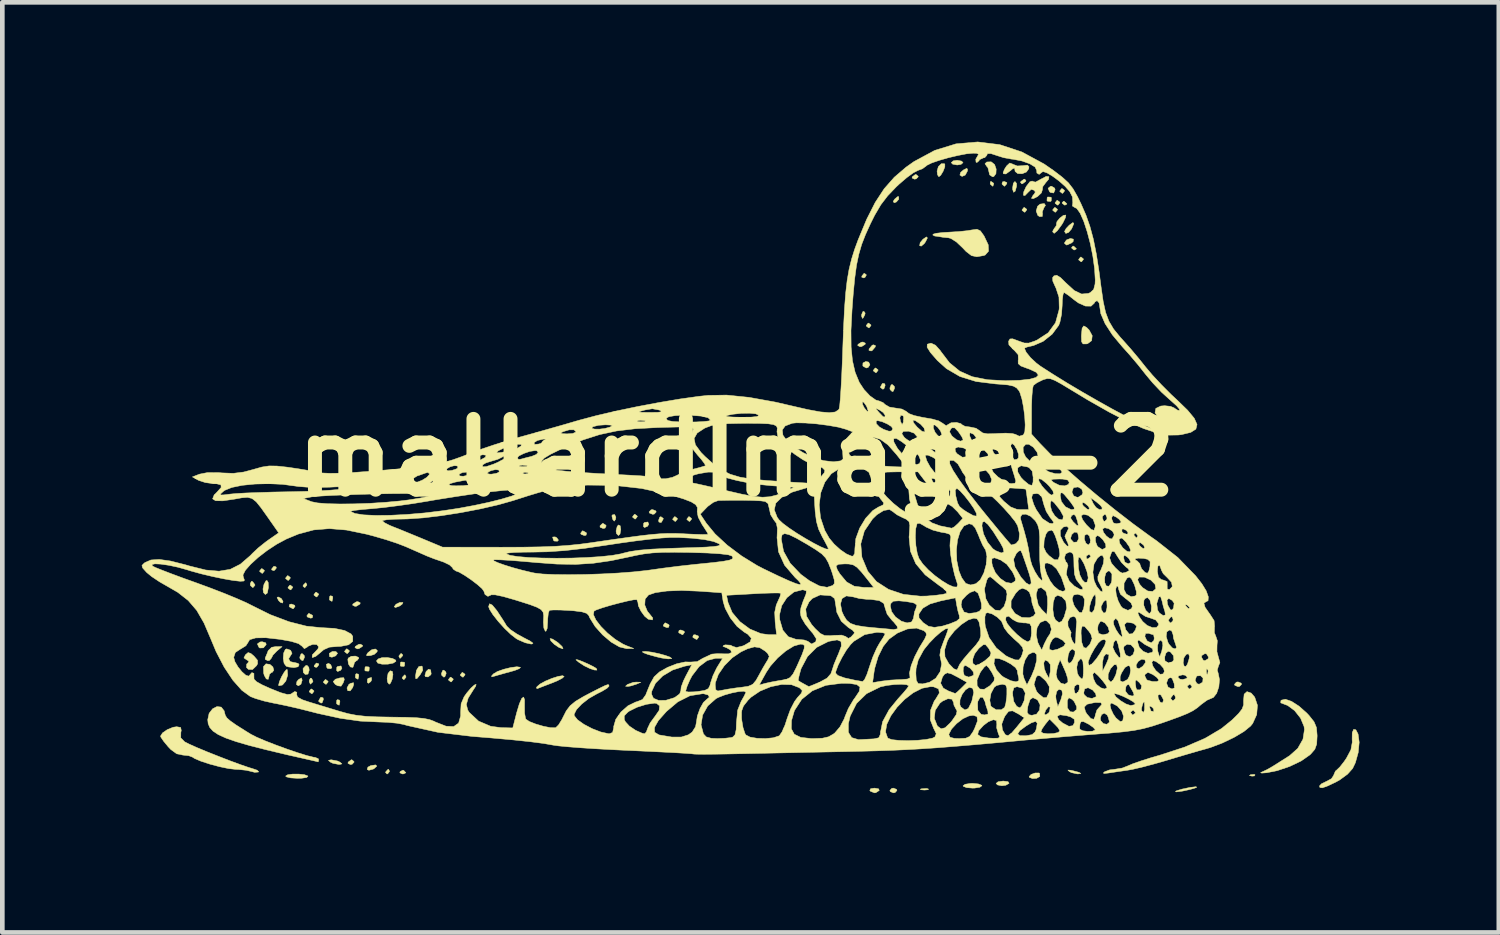
<source format=kicad_pcb>
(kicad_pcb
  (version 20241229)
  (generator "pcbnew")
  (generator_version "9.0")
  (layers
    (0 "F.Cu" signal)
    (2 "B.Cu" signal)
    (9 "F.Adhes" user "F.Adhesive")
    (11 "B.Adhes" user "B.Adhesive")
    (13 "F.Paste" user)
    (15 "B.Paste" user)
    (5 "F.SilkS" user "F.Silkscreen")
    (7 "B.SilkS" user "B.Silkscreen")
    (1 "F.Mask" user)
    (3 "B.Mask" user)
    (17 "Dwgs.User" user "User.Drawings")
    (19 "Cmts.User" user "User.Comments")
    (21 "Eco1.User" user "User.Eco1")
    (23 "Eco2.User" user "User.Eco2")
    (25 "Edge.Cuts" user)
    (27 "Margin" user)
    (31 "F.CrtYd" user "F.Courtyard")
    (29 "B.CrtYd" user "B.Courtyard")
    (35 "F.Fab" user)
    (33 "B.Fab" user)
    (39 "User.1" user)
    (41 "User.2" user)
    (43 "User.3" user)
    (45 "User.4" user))
  (footprint "mallardImage-2"
    (layer "F.Cu")
    (at 12.8 6.8)
    (property "Reference" "mallardImage-2" (at 0 0 0) (layer "F.SilkS") (effects (font (size 1.524 1.524) (thickness 0.3))))
    (attr through_hole)
    (fp_poly (pts (xy 11.162 6.827) (xy 11.147 6.85) (xy 11.096 6.854) (xy 11.041 6.842) (xy 11.065 6.823) (xy 11.144 6.817) (xy 11.162 6.827)) (stroke (width 0.01) (type solid)) (fill yes) (layer "F.SilkS"))
    (fp_poly (pts (xy -9.91 2.35) (xy -9.902 2.374) (xy -9.938 2.421) (xy -9.959 2.431) (xy -10.003 2.415) (xy -10 2.39) (xy -9.955 2.337) (xy -9.91 2.35)) (stroke (width 0.01) (type solid)) (fill yes) (layer "F.SilkS"))
    (fp_poly (pts (xy -9.798 3.029) (xy -9.759 3.092) (xy -9.767 3.129) (xy -9.813 3.115) (xy -9.854 3.075) (xy -9.887 3.011) (xy -9.864 2.997) (xy -9.798 3.029)) (stroke (width 0.01) (type solid)) (fill yes) (layer "F.SilkS"))
    (fp_poly (pts (xy -9.143 4.75) (xy -9.114 4.811) (xy -9.121 4.83) (xy -9.17 4.875) (xy -9.194 4.823) (xy -9.195 4.798) (xy -9.17 4.745) (xy -9.143 4.75)) (stroke (width 0.01) (type solid)) (fill yes) (layer "F.SilkS"))
    (fp_poly (pts (xy -8.995 4.433) (xy -8.988 4.456) (xy -9.024 4.504) (xy -9.045 4.514) (xy -9.088 4.498) (xy -9.086 4.473) (xy -9.041 4.42) (xy -8.995 4.433)) (stroke (width 0.01) (type solid)) (fill yes) (layer "F.SilkS"))
    (fp_poly (pts (xy -8.732 4.455) (xy -8.707 4.519) (xy -8.73 4.542) (xy -8.798 4.537) (xy -8.815 4.519) (xy -8.827 4.447) (xy -8.778 4.427) (xy -8.732 4.455)) (stroke (width 0.01) (type solid)) (fill yes) (layer "F.SilkS"))
    (fp_poly (pts (xy -8.694 2.983) (xy -8.687 3.02) (xy -8.704 3.093) (xy -8.748 3.071) (xy -8.761 3.052) (xy -8.754 2.986) (xy -8.738 2.972) (xy -8.694 2.983)) (stroke (width 0.01) (type solid)) (fill yes) (layer "F.SilkS"))
    (fp_poly (pts (xy -8.542 5.219) (xy -8.534 5.255) (xy -8.551 5.328) (xy -8.595 5.306) (xy -8.608 5.287) (xy -8.602 5.221) (xy -8.586 5.208) (xy -8.542 5.219)) (stroke (width 0.01) (type solid)) (fill yes) (layer "F.SilkS"))
    (fp_poly (pts (xy -8.491 4.532) (xy -8.519 4.577) (xy -8.583 4.602) (xy -8.606 4.58) (xy -8.601 4.511) (xy -8.583 4.494) (xy -8.511 4.482) (xy -8.491 4.532)) (stroke (width 0.01) (type solid)) (fill yes) (layer "F.SilkS"))
    (fp_poly (pts (xy -8.135 4.66) (xy -8.128 4.696) (xy -8.145 4.769) (xy -8.189 4.747) (xy -8.202 4.728) (xy -8.196 4.663) (xy -8.18 4.649) (xy -8.135 4.66)) (stroke (width 0.01) (type solid)) (fill yes) (layer "F.SilkS"))
    (fp_poly (pts (xy -7.852 4.784) (xy -7.87 4.82) (xy -7.921 4.856) (xy -7.945 4.835) (xy -7.941 4.765) (xy -7.922 4.748) (xy -7.855 4.731) (xy -7.852 4.784)) (stroke (width 0.01) (type solid)) (fill yes) (layer "F.SilkS"))
    (fp_poly (pts (xy -7.159 6.733) (xy -7.114 6.782) (xy -7.166 6.806) (xy -7.191 6.807) (xy -7.244 6.782) (xy -7.238 6.756) (xy -7.178 6.726) (xy -7.159 6.733)) (stroke (width 0.01) (type solid)) (fill yes) (layer "F.SilkS"))
    (fp_poly (pts (xy -3.867 1.724) (xy -3.831 1.774) (xy -3.852 1.798) (xy -3.922 1.794) (xy -3.939 1.775) (xy -3.956 1.708) (xy -3.903 1.705) (xy -3.867 1.724)) (stroke (width 0.01) (type solid)) (fill yes) (layer "F.SilkS"))
    (fp_poly (pts (xy -2.595 1.281) (xy -2.602 1.328) (xy -2.63 1.366) (xy -2.663 1.328) (xy -2.681 1.253) (xy -2.672 1.233) (xy -2.622 1.224) (xy -2.595 1.281)) (stroke (width 0.01) (type solid)) (fill yes) (layer "F.SilkS"))
    (fp_poly (pts (xy -1.887 1.433) (xy -1.915 1.478) (xy -1.979 1.503) (xy -2.002 1.481) (xy -1.997 1.412) (xy -1.979 1.395) (xy -1.907 1.384) (xy -1.887 1.433)) (stroke (width 0.01) (type solid)) (fill yes) (layer "F.SilkS"))
    (fp_poly (pts (xy 2.797 -3.933) (xy 2.768 -3.882) (xy 2.741 -3.868) (xy 2.697 -3.884) (xy 2.7 -3.909) (xy 2.743 -3.964) (xy 2.757 -3.966) (xy 2.797 -3.933)) (stroke (width 0.01) (type solid)) (fill yes) (layer "F.SilkS"))
    (fp_poly (pts (xy 3.493 -5.562) (xy 3.442 -5.503) (xy 3.394 -5.486) (xy 3.374 -5.515) (xy 3.405 -5.564) (xy 3.467 -5.617) (xy 3.492 -5.618) (xy 3.493 -5.562)) (stroke (width 0.01) (type solid)) (fill yes) (layer "F.SilkS"))
    (fp_poly (pts (xy -10.414 2.667) (xy -10.365 2.732) (xy -10.363 2.746) (xy -10.402 2.793) (xy -10.414 2.794) (xy -10.459 2.753) (xy -10.465 2.715) (xy -10.44 2.662) (xy -10.414 2.667)) (stroke (width 0.01) (type solid)) (fill yes) (layer "F.SilkS"))
    (fp_poly (pts (xy -10.161 2.426) (xy -10.16 2.438) (xy -10.199 2.488) (xy -10.211 2.489) (xy -10.26 2.451) (xy -10.262 2.438) (xy -10.223 2.389) (xy -10.211 2.388) (xy -10.161 2.426)) (stroke (width 0.01) (type solid)) (fill yes) (layer "F.SilkS"))
    (fp_poly (pts (xy -10.13 3.986) (xy -10.121 4.023) (xy -10.18 4.093) (xy -10.259 4.096) (xy -10.277 4.082) (xy -10.311 4.009) (xy -10.254 3.967) (xy -10.207 3.962) (xy -10.13 3.986)) (stroke (width 0.01) (type solid)) (fill yes) (layer "F.SilkS"))
    (fp_poly (pts (xy -9.603 2.579) (xy -9.601 2.591) (xy -9.64 2.64) (xy -9.652 2.642) (xy -9.701 2.603) (xy -9.703 2.591) (xy -9.664 2.541) (xy -9.652 2.54) (xy -9.603 2.579)) (stroke (width 0.01) (type solid)) (fill yes) (layer "F.SilkS"))
    (fp_poly (pts (xy -9.552 2.782) (xy -9.55 2.794) (xy -9.589 2.843) (xy -9.601 2.845) (xy -9.651 2.806) (xy -9.652 2.794) (xy -9.613 2.745) (xy -9.601 2.743) (xy -9.552 2.782)) (stroke (width 0.01) (type solid)) (fill yes) (layer "F.SilkS"))
    (fp_poly (pts (xy -9.509 3.176) (xy -9.5 3.2) (xy -9.536 3.25) (xy -9.547 3.251) (xy -9.616 3.214) (xy -9.627 3.2) (xy -9.615 3.157) (xy -9.579 3.15) (xy -9.509 3.176)) (stroke (width 0.01) (type solid)) (fill yes) (layer "F.SilkS"))
    (fp_poly (pts (xy -9.347 4.786) (xy -9.347 4.791) (xy -9.373 4.876) (xy -9.428 4.91) (xy -9.47 4.883) (xy -9.46 4.818) (xy -9.423 4.775) (xy -9.363 4.74) (xy -9.347 4.786)) (stroke (width 0.01) (type solid)) (fill yes) (layer "F.SilkS"))
    (fp_poly (pts (xy -9.302 4.258) (xy -9.296 4.293) (xy -9.324 4.36) (xy -9.347 4.369) (xy -9.392 4.328) (xy -9.398 4.293) (xy -9.371 4.225) (xy -9.347 4.216) (xy -9.302 4.258)) (stroke (width 0.01) (type solid)) (fill yes) (layer "F.SilkS"))
    (fp_poly (pts (xy -9.246 2.732) (xy -9.246 2.743) (xy -9.285 2.792) (xy -9.299 2.794) (xy -9.33 2.763) (xy -9.322 2.743) (xy -9.276 2.695) (xy -9.268 2.692) (xy -9.246 2.732)) (stroke (width 0.01) (type solid)) (fill yes) (layer "F.SilkS"))
    (fp_poly (pts (xy -9.204 4.513) (xy -9.195 4.572) (xy -9.222 4.658) (xy -9.281 4.665) (xy -9.322 4.623) (xy -9.328 4.539) (xy -9.272 4.477) (xy -9.243 4.47) (xy -9.204 4.513)) (stroke (width 0.01) (type solid)) (fill yes) (layer "F.SilkS"))
    (fp_poly (pts (xy -9.129 3.39) (xy -9.119 3.404) (xy -9.13 3.447) (xy -9.166 3.454) (xy -9.236 3.428) (xy -9.246 3.404) (xy -9.209 3.354) (xy -9.198 3.353) (xy -9.129 3.39)) (stroke (width 0.01) (type solid)) (fill yes) (layer "F.SilkS"))
    (fp_poly (pts (xy -9.095 5.017) (xy -9.093 5.029) (xy -9.132 5.079) (xy -9.144 5.08) (xy -9.193 5.041) (xy -9.195 5.029) (xy -9.156 4.98) (xy -9.144 4.978) (xy -9.095 5.017)) (stroke (width 0.01) (type solid)) (fill yes) (layer "F.SilkS"))
    (fp_poly (pts (xy -8.993 2.934) (xy -8.992 2.946) (xy -9.03 2.996) (xy -9.042 2.997) (xy -9.092 2.959) (xy -9.093 2.946) (xy -9.055 2.897) (xy -9.042 2.896) (xy -8.993 2.934)) (stroke (width 0.01) (type solid)) (fill yes) (layer "F.SilkS"))
    (fp_poly (pts (xy -8.897 5.168) (xy -8.89 5.204) (xy -8.917 5.274) (xy -8.941 5.283) (xy -8.99 5.247) (xy -8.992 5.235) (xy -8.955 5.167) (xy -8.941 5.156) (xy -8.897 5.168)) (stroke (width 0.01) (type solid)) (fill yes) (layer "F.SilkS"))
    (fp_poly (pts (xy -8.79 4.814) (xy -8.788 4.826) (xy -8.827 4.875) (xy -8.839 4.877) (xy -8.889 4.838) (xy -8.89 4.826) (xy -8.851 4.777) (xy -8.839 4.775) (xy -8.79 4.814)) (stroke (width 0.01) (type solid)) (fill yes) (layer "F.SilkS"))
    (fp_poly (pts (xy -8.621 4.172) (xy -8.585 4.211) (xy -8.626 4.266) (xy -8.706 4.295) (xy -8.757 4.282) (xy -8.764 4.219) (xy -8.759 4.209) (xy -8.697 4.171) (xy -8.621 4.172)) (stroke (width 0.01) (type solid)) (fill yes) (layer "F.SilkS"))
    (fp_poly (pts (xy -8.333 4.153) (xy -8.331 4.166) (xy -8.37 4.215) (xy -8.382 4.216) (xy -8.431 4.178) (xy -8.433 4.166) (xy -8.394 4.116) (xy -8.382 4.115) (xy -8.333 4.153)) (stroke (width 0.01) (type solid)) (fill yes) (layer "F.SilkS"))
    (fp_poly (pts (xy -8.238 4.884) (xy -8.26 4.949) (xy -8.313 5.019) (xy -8.365 5.016) (xy -8.382 4.958) (xy -8.341 4.88) (xy -8.306 4.858) (xy -8.242 4.843) (xy -8.238 4.884)) (stroke (width 0.01) (type solid)) (fill yes) (layer "F.SilkS"))
    (fp_poly (pts (xy -8.231 6.541) (xy -8.23 6.553) (xy -8.271 6.598) (xy -8.309 6.604) (xy -8.361 6.579) (xy -8.357 6.553) (xy -8.292 6.504) (xy -8.277 6.502) (xy -8.231 6.541)) (stroke (width 0.01) (type solid)) (fill yes) (layer "F.SilkS"))
    (fp_poly (pts (xy -8.097 3.124) (xy -8.103 3.15) (xy -8.176 3.196) (xy -8.21 3.2) (xy -8.26 3.175) (xy -8.255 3.15) (xy -8.182 3.103) (xy -8.147 3.099) (xy -8.097 3.124)) (stroke (width 0.01) (type solid)) (fill yes) (layer "F.SilkS"))
    (fp_poly (pts (xy -8.046 4.039) (xy -8.052 4.064) (xy -8.125 4.11) (xy -8.159 4.115) (xy -8.21 4.089) (xy -8.204 4.064) (xy -8.131 4.018) (xy -8.097 4.013) (xy -8.046 4.039)) (stroke (width 0.01) (type solid)) (fill yes) (layer "F.SilkS"))
    (fp_poly (pts (xy -7.914 4.504) (xy -7.902 4.517) (xy -7.907 4.583) (xy -7.92 4.595) (xy -7.987 4.59) (xy -7.998 4.576) (xy -7.993 4.51) (xy -7.98 4.498) (xy -7.914 4.504)) (stroke (width 0.01) (type solid)) (fill yes) (layer "F.SilkS"))
    (fp_poly (pts (xy -7.74 6.638) (xy -7.8 6.693) (xy -7.816 6.702) (xy -7.911 6.728) (xy -7.948 6.709) (xy -7.931 6.66) (xy -7.871 6.628) (xy -7.767 6.612) (xy -7.74 6.638)) (stroke (width 0.01) (type solid)) (fill yes) (layer "F.SilkS"))
    (fp_poly (pts (xy -7.468 6.745) (xy -7.468 6.756) (xy -7.507 6.805) (xy -7.521 6.807) (xy -7.552 6.776) (xy -7.544 6.756) (xy -7.498 6.708) (xy -7.49 6.706) (xy -7.468 6.745)) (stroke (width 0.01) (type solid)) (fill yes) (layer "F.SilkS"))
    (fp_poly (pts (xy -7.18 4.248) (xy -7.188 4.267) (xy -7.234 4.316) (xy -7.242 4.318) (xy -7.264 4.279) (xy -7.264 4.267) (xy -7.225 4.218) (xy -7.211 4.216) (xy -7.18 4.248)) (stroke (width 0.01) (type solid)) (fill yes) (layer "F.SilkS"))
    (fp_poly (pts (xy -7.179 3.117) (xy -7.177 3.119) (xy -7.197 3.156) (xy -7.26 3.198) (xy -7.34 3.225) (xy -7.366 3.208) (xy -7.327 3.155) (xy -7.246 3.116) (xy -7.179 3.117)) (stroke (width 0.01) (type solid)) (fill yes) (layer "F.SilkS"))
    (fp_poly (pts (xy -7.152 4.402) (xy -7.14 4.415) (xy -7.145 4.482) (xy -7.158 4.493) (xy -7.225 4.488) (xy -7.236 4.475) (xy -7.231 4.408) (xy -7.218 4.397) (xy -7.152 4.402)) (stroke (width 0.01) (type solid)) (fill yes) (layer "F.SilkS"))
    (fp_poly (pts (xy -7.113 4.713) (xy -7.112 4.724) (xy -7.151 4.773) (xy -7.166 4.775) (xy -7.196 4.744) (xy -7.188 4.724) (xy -7.143 4.676) (xy -7.134 4.674) (xy -7.113 4.713)) (stroke (width 0.01) (type solid)) (fill yes) (layer "F.SilkS"))
    (fp_poly (pts (xy -6.582 4.567) (xy -6.57 4.653) (xy -6.579 4.674) (xy -6.637 4.719) (xy -6.693 4.714) (xy -6.705 4.686) (xy -6.679 4.602) (xy -6.628 4.553) (xy -6.582 4.567)) (stroke (width 0.01) (type solid)) (fill yes) (layer "F.SilkS"))
    (fp_poly (pts (xy -6.254 4.613) (xy -6.248 4.648) (xy -6.276 4.716) (xy -6.299 4.724) (xy -6.344 4.683) (xy -6.35 4.648) (xy -6.323 4.581) (xy -6.299 4.572) (xy -6.254 4.613)) (stroke (width 0.01) (type solid)) (fill yes) (layer "F.SilkS"))
    (fp_poly (pts (xy -6.097 4.763) (xy -6.096 4.775) (xy -6.135 4.825) (xy -6.147 4.826) (xy -6.196 4.787) (xy -6.198 4.775) (xy -6.159 4.726) (xy -6.147 4.724) (xy -6.097 4.763)) (stroke (width 0.01) (type solid)) (fill yes) (layer "F.SilkS"))
    (fp_poly (pts (xy -5.843 4.661) (xy -5.842 4.674) (xy -5.881 4.723) (xy -5.893 4.724) (xy -5.942 4.686) (xy -5.944 4.674) (xy -5.905 4.624) (xy -5.893 4.623) (xy -5.843 4.661)) (stroke (width 0.01) (type solid)) (fill yes) (layer "F.SilkS"))
    (fp_poly (pts (xy -3.236 1.612) (xy -3.226 1.626) (xy -3.237 1.669) (xy -3.274 1.676) (xy -3.343 1.65) (xy -3.353 1.626) (xy -3.316 1.576) (xy -3.305 1.575) (xy -3.236 1.612)) (stroke (width 0.01) (type solid)) (fill yes) (layer "F.SilkS"))
    (fp_poly (pts (xy -2.811 1.454) (xy -2.804 1.469) (xy -2.828 1.516) (xy -2.87 1.524) (xy -2.933 1.498) (xy -2.937 1.469) (xy -2.884 1.417) (xy -2.87 1.415) (xy -2.811 1.454)) (stroke (width 0.01) (type solid)) (fill yes) (layer "F.SilkS"))
    (fp_poly (pts (xy -2.502 1.466) (xy -2.489 1.546) (xy -2.506 1.643) (xy -2.54 1.676) (xy -2.582 1.634) (xy -2.591 1.578) (xy -2.567 1.481) (xy -2.54 1.448) (xy -2.502 1.466)) (stroke (width 0.01) (type solid)) (fill yes) (layer "F.SilkS"))
    (fp_poly (pts (xy -2.135 1.258) (xy -2.134 1.27) (xy -2.172 1.319) (xy -2.184 1.321) (xy -2.234 1.282) (xy -2.235 1.27) (xy -2.197 1.221) (xy -2.184 1.219) (xy -2.135 1.258)) (stroke (width 0.01) (type solid)) (fill yes) (layer "F.SilkS"))
    (fp_poly (pts (xy -1.736 1.145) (xy -1.727 1.168) (xy -1.768 1.213) (xy -1.803 1.219) (xy -1.871 1.192) (xy -1.88 1.168) (xy -1.838 1.123) (xy -1.803 1.118) (xy -1.736 1.145)) (stroke (width 0.01) (type solid)) (fill yes) (layer "F.SilkS"))
    (fp_poly (pts (xy -1.576 1.306) (xy -1.575 1.318) (xy -1.612 1.387) (xy -1.626 1.397) (xy -1.669 1.385) (xy -1.676 1.349) (xy -1.65 1.28) (xy -1.626 1.27) (xy -1.576 1.306)) (stroke (width 0.01) (type solid)) (fill yes) (layer "F.SilkS"))
    (fp_poly (pts (xy -1.458 3.593) (xy -1.448 3.607) (xy -1.459 3.65) (xy -1.496 3.658) (xy -1.565 3.631) (xy -1.575 3.607) (xy -1.538 3.557) (xy -1.527 3.556) (xy -1.458 3.593)) (stroke (width 0.01) (type solid)) (fill yes) (layer "F.SilkS"))
    (fp_poly (pts (xy -1.271 1.309) (xy -1.27 1.321) (xy -1.309 1.37) (xy -1.321 1.372) (xy -1.37 1.333) (xy -1.372 1.321) (xy -1.333 1.271) (xy -1.321 1.27) (xy -1.271 1.309)) (stroke (width 0.01) (type solid)) (fill yes) (layer "F.SilkS"))
    (fp_poly (pts (xy -1.127 3.735) (xy -1.118 3.759) (xy -1.154 3.809) (xy -1.165 3.81) (xy -1.234 3.773) (xy -1.245 3.759) (xy -1.233 3.716) (xy -1.197 3.708) (xy -1.127 3.735)) (stroke (width 0.01) (type solid)) (fill yes) (layer "F.SilkS"))
    (fp_poly (pts (xy -0.967 1.309) (xy -0.965 1.321) (xy -1.004 1.37) (xy -1.016 1.372) (xy -1.065 1.333) (xy -1.067 1.321) (xy -1.028 1.271) (xy -1.016 1.27) (xy -0.967 1.309)) (stroke (width 0.01) (type solid)) (fill yes) (layer "F.SilkS"))
    (fp_poly (pts (xy -0.822 3.837) (xy -0.813 3.861) (xy -0.849 3.91) (xy -0.861 3.912) (xy -0.929 3.875) (xy -0.94 3.861) (xy -0.928 3.817) (xy -0.892 3.81) (xy -0.822 3.837)) (stroke (width 0.01) (type solid)) (fill yes) (layer "F.SilkS"))
    (fp_poly (pts (xy 2.77 -3.112) (xy 2.762 -3.073) (xy 2.726 -3.007) (xy 2.712 -2.997) (xy 2.695 -3.039) (xy 2.692 -3.073) (xy 2.719 -3.141) (xy 2.742 -3.15) (xy 2.77 -3.112)) (stroke (width 0.01) (type solid)) (fill yes) (layer "F.SilkS"))
    (fp_poly (pts (xy 2.774 -2.464) (xy 2.769 -2.438) (xy 2.695 -2.392) (xy 2.661 -2.388) (xy 2.611 -2.413) (xy 2.616 -2.438) (xy 2.689 -2.485) (xy 2.724 -2.489) (xy 2.774 -2.464)) (stroke (width 0.01) (type solid)) (fill yes) (layer "F.SilkS"))
    (fp_poly (pts (xy 2.846 -2.057) (xy 2.873 -1.998) (xy 2.834 -1.942) (xy 2.794 -1.93) (xy 2.728 -1.967) (xy 2.72 -1.978) (xy 2.723 -2.038) (xy 2.784 -2.07) (xy 2.846 -2.057)) (stroke (width 0.01) (type solid)) (fill yes) (layer "F.SilkS"))
    (fp_poly (pts (xy 2.894 -2.857) (xy 2.896 -2.845) (xy 2.857 -2.795) (xy 2.845 -2.794) (xy 2.795 -2.833) (xy 2.794 -2.845) (xy 2.833 -2.894) (xy 2.845 -2.896) (xy 2.894 -2.857)) (stroke (width 0.01) (type solid)) (fill yes) (layer "F.SilkS"))
    (fp_poly (pts (xy 2.99 -2.415) (xy 2.988 -2.384) (xy 2.923 -2.307) (xy 2.899 -2.296) (xy 2.852 -2.309) (xy 2.854 -2.34) (xy 2.919 -2.417) (xy 2.943 -2.429) (xy 2.99 -2.415)) (stroke (width 0.01) (type solid)) (fill yes) (layer "F.SilkS"))
    (fp_poly (pts (xy 3.047 -1.892) (xy 3.048 -1.88) (xy 3.009 -1.83) (xy 2.997 -1.829) (xy 2.948 -1.867) (xy 2.946 -1.88) (xy 2.985 -1.929) (xy 2.997 -1.93) (xy 3.047 -1.892)) (stroke (width 0.01) (type solid)) (fill yes) (layer "F.SilkS"))
    (fp_poly (pts (xy 3.06 7.128) (xy 3.073 7.163) (xy 3 7.21) (xy 2.972 7.214) (xy 2.887 7.181) (xy 2.87 7.163) (xy 2.888 7.125) (xy 2.972 7.112) (xy 3.06 7.128)) (stroke (width 0.01) (type solid)) (fill yes) (layer "F.SilkS"))
    (fp_poly (pts (xy 3.193 -1.589) (xy 3.2 -1.552) (xy 3.174 -1.483) (xy 3.15 -1.473) (xy 3.1 -1.51) (xy 3.099 -1.521) (xy 3.136 -1.59) (xy 3.15 -1.6) (xy 3.193 -1.589)) (stroke (width 0.01) (type solid)) (fill yes) (layer "F.SilkS"))
    (fp_poly (pts (xy 3.398 -1.534) (xy 3.404 -1.499) (xy 3.376 -1.431) (xy 3.353 -1.422) (xy 3.308 -1.464) (xy 3.302 -1.499) (xy 3.329 -1.566) (xy 3.353 -1.575) (xy 3.398 -1.534)) (stroke (width 0.01) (type solid)) (fill yes) (layer "F.SilkS"))
    (fp_poly (pts (xy 3.446 7.139) (xy 3.454 7.163) (xy 3.413 7.208) (xy 3.378 7.214) (xy 3.311 7.186) (xy 3.302 7.163) (xy 3.343 7.118) (xy 3.378 7.112) (xy 3.446 7.139)) (stroke (width 0.01) (type solid)) (fill yes) (layer "F.SilkS"))
    (fp_poly (pts (xy 3.91 -6.057) (xy 3.912 -6.045) (xy 3.87 -6.001) (xy 3.832 -5.994) (xy 3.78 -6.019) (xy 3.785 -6.045) (xy 3.85 -6.094) (xy 3.864 -6.096) (xy 3.91 -6.057)) (stroke (width 0.01) (type solid)) (fill yes) (layer "F.SilkS"))
    (fp_poly (pts (xy 4.11 -4.729) (xy 4.07 -4.647) (xy 4.042 -4.607) (xy 3.978 -4.553) (xy 3.943 -4.562) (xy 3.954 -4.627) (xy 4.014 -4.7) (xy 4.09 -4.752) (xy 4.11 -4.729)) (stroke (width 0.01) (type solid)) (fill yes) (layer "F.SilkS"))
    (fp_poly (pts (xy 4.128 7.129) (xy 4.13 7.146) (xy 4.051 7.153) (xy 4.039 7.153) (xy 3.96 7.146) (xy 3.967 7.13) (xy 3.976 7.128) (xy 4.087 7.12) (xy 4.128 7.129)) (stroke (width 0.01) (type solid)) (fill yes) (layer "F.SilkS"))
    (fp_poly (pts (xy 4.845 -6.383) (xy 4.877 -6.35) (xy 4.833 -6.312) (xy 4.75 -6.299) (xy 4.654 -6.317) (xy 4.623 -6.35) (xy 4.666 -6.388) (xy 4.75 -6.401) (xy 4.845 -6.383)) (stroke (width 0.01) (type solid)) (fill yes) (layer "F.SilkS"))
    (fp_poly (pts (xy 4.975 -6.199) (xy 4.97 -6.167) (xy 4.925 -6.083) (xy 4.856 -6.053) (xy 4.809 -6.083) (xy 4.825 -6.139) (xy 4.884 -6.191) (xy 4.959 -6.228) (xy 4.975 -6.199)) (stroke (width 0.01) (type solid)) (fill yes) (layer "F.SilkS"))
    (fp_poly (pts (xy 5.535 -5.907) (xy 5.537 -5.893) (xy 5.52 -5.843) (xy 5.515 -5.842) (xy 5.471 -5.878) (xy 5.461 -5.893) (xy 5.465 -5.94) (xy 5.483 -5.944) (xy 5.535 -5.907)) (stroke (width 0.01) (type solid)) (fill yes) (layer "F.SilkS"))
    (fp_poly (pts (xy 5.821 -5.92) (xy 5.817 -5.893) (xy 5.773 -5.844) (xy 5.766 -5.842) (xy 5.725 -5.877) (xy 5.715 -5.893) (xy 5.727 -5.936) (xy 5.766 -5.944) (xy 5.821 -5.92)) (stroke (width 0.01) (type solid)) (fill yes) (layer "F.SilkS"))
    (fp_poly (pts (xy 6.029 -5.902) (xy 6.029 -5.843) (xy 6 -5.737) (xy 5.966 -5.711) (xy 5.945 -5.771) (xy 5.944 -5.808) (xy 5.96 -5.908) (xy 5.994 -5.944) (xy 6.029 -5.902)) (stroke (width 0.01) (type solid)) (fill yes) (layer "F.SilkS"))
    (fp_poly (pts (xy 6.231 -5.963) (xy 6.223 -5.944) (xy 6.156 -5.895) (xy 6.141 -5.893) (xy 6.113 -5.924) (xy 6.121 -5.944) (xy 6.189 -5.993) (xy 6.204 -5.994) (xy 6.231 -5.963)) (stroke (width 0.01) (type solid)) (fill yes) (layer "F.SilkS"))
    (fp_poly (pts (xy 6.247 -5.346) (xy 6.248 -5.334) (xy 6.21 -5.285) (xy 6.198 -5.283) (xy 6.148 -5.322) (xy 6.147 -5.334) (xy 6.185 -5.383) (xy 6.198 -5.385) (xy 6.247 -5.346)) (stroke (width 0.01) (type solid)) (fill yes) (layer "F.SilkS"))
    (fp_poly (pts (xy 6.768 -5.606) (xy 6.779 -5.592) (xy 6.774 -5.526) (xy 6.761 -5.514) (xy 6.694 -5.52) (xy 6.683 -5.533) (xy 6.688 -5.599) (xy 6.701 -5.611) (xy 6.768 -5.606)) (stroke (width 0.01) (type solid)) (fill yes) (layer "F.SilkS"))
    (fp_poly (pts (xy 6.849 -5.801) (xy 6.858 -5.766) (xy 6.827 -5.696) (xy 6.757 -5.708) (xy 6.739 -5.723) (xy 6.707 -5.798) (xy 6.76 -5.84) (xy 6.782 -5.842) (xy 6.849 -5.801)) (stroke (width 0.01) (type solid)) (fill yes) (layer "F.SilkS"))
    (fp_poly (pts (xy 6.907 -5.346) (xy 6.909 -5.334) (xy 6.87 -5.285) (xy 6.858 -5.283) (xy 6.809 -5.322) (xy 6.807 -5.334) (xy 6.846 -5.383) (xy 6.858 -5.385) (xy 6.907 -5.346)) (stroke (width 0.01) (type solid)) (fill yes) (layer "F.SilkS"))
    (fp_poly (pts (xy 6.958 -5.499) (xy 6.96 -5.486) (xy 6.921 -5.437) (xy 6.909 -5.436) (xy 6.859 -5.474) (xy 6.858 -5.486) (xy 6.897 -5.536) (xy 6.909 -5.537) (xy 6.958 -5.499)) (stroke (width 0.01) (type solid)) (fill yes) (layer "F.SilkS"))
    (fp_poly (pts (xy 7.06 -5.753) (xy 7.061 -5.74) (xy 7.023 -5.691) (xy 7.01 -5.69) (xy 6.961 -5.728) (xy 6.96 -5.74) (xy 6.998 -5.79) (xy 7.01 -5.791) (xy 7.06 -5.753)) (stroke (width 0.01) (type solid)) (fill yes) (layer "F.SilkS"))
    (fp_poly (pts (xy 7.061 -5.512) (xy 7.11 -5.466) (xy 7.112 -5.458) (xy 7.073 -5.436) (xy 7.061 -5.436) (xy 7.012 -5.475) (xy 7.01 -5.489) (xy 7.042 -5.52) (xy 7.061 -5.512)) (stroke (width 0.01) (type solid)) (fill yes) (layer "F.SilkS"))
    (fp_poly (pts (xy 7.252 -4.703) (xy 7.247 -4.652) (xy 7.212 -4.621) (xy 7.107 -4.575) (xy 7.063 -4.608) (xy 7.061 -4.624) (xy 7.102 -4.685) (xy 7.187 -4.718) (xy 7.252 -4.703)) (stroke (width 0.01) (type solid)) (fill yes) (layer "F.SilkS"))
    (fp_poly (pts (xy 7.264 -4.547) (xy 7.313 -4.501) (xy 7.315 -4.493) (xy 7.276 -4.471) (xy 7.264 -4.47) (xy 7.216 -4.509) (xy 7.214 -4.524) (xy 7.245 -4.555) (xy 7.264 -4.547)) (stroke (width 0.01) (type solid)) (fill yes) (layer "F.SilkS"))
    (fp_poly (pts (xy 7.466 -4.279) (xy 7.468 -4.267) (xy 7.429 -4.218) (xy 7.417 -4.216) (xy 7.367 -4.255) (xy 7.366 -4.267) (xy 7.405 -4.317) (xy 7.417 -4.318) (xy 7.466 -4.279)) (stroke (width 0.01) (type solid)) (fill yes) (layer "F.SilkS"))
    (fp_poly (pts (xy 10.863 4.853) (xy 10.871 4.877) (xy 10.83 4.922) (xy 10.795 4.928) (xy 10.727 4.9) (xy 10.719 4.877) (xy 10.76 4.832) (xy 10.795 4.826) (xy 10.863 4.853)) (stroke (width 0.01) (type solid)) (fill yes) (layer "F.SilkS"))
    (fp_poly (pts (xy -8.44 4.778) (xy -8.464 4.847) (xy -8.51 4.918) (xy -8.582 4.909) (xy -8.635 4.879) (xy -8.679 4.819) (xy -8.631 4.768) (xy -8.533 4.74) (xy -8.451 4.736) (xy -8.44 4.778)) (stroke (width 0.01) (type solid)) (fill yes) (layer "F.SilkS"))
    (fp_poly (pts (xy -7.731 4.147) (xy -7.734 4.178) (xy -7.795 4.234) (xy -7.876 4.259) (xy -7.958 4.264) (xy -7.954 4.229) (xy -7.929 4.196) (xy -7.85 4.134) (xy -7.772 4.117) (xy -7.731 4.147)) (stroke (width 0.01) (type solid)) (fill yes) (layer "F.SilkS"))
    (fp_poly (pts (xy -7.406 4.6) (xy -7.393 4.666) (xy -7.409 4.767) (xy -7.444 4.852) (xy -7.474 4.877) (xy -7.508 4.833) (xy -7.518 4.753) (xy -7.498 4.643) (xy -7.451 4.587) (xy -7.406 4.6)) (stroke (width 0.01) (type solid)) (fill yes) (layer "F.SilkS"))
    (fp_poly (pts (xy -6.761 4.496) (xy -6.751 4.575) (xy -6.809 4.674) (xy -6.876 4.754) (xy -6.902 4.757) (xy -6.907 4.699) (xy -6.887 4.577) (xy -6.837 4.497) (xy -6.777 4.485) (xy -6.761 4.496)) (stroke (width 0.01) (type solid)) (fill yes) (layer "F.SilkS"))
    (fp_poly (pts (xy -2.057 4.833) (xy -2.159 4.877) (xy -2.278 4.914) (xy -2.337 4.923) (xy -2.387 4.919) (xy -2.35 4.885) (xy -2.337 4.877) (xy -2.221 4.836) (xy -2.159 4.83) (xy -2.057 4.833)) (stroke (width 0.01) (type solid)) (fill yes) (layer "F.SilkS"))
    (fp_poly (pts (xy 7.193 6.727) (xy 7.239 6.737) (xy 7.371 6.772) (xy 7.412 6.796) (xy 7.359 6.806) (xy 7.336 6.806) (xy 7.212 6.779) (xy 7.163 6.754) (xy 7.134 6.724) (xy 7.193 6.727)) (stroke (width 0.01) (type solid)) (fill yes) (layer "F.SilkS"))
    (fp_poly (pts (xy 7.261 -5.038) (xy 7.218 -4.936) (xy 7.212 -4.924) (xy 7.149 -4.848) (xy 7.088 -4.826) (xy 7.061 -4.869) (xy 7.095 -4.932) (xy 7.163 -5.004) (xy 7.242 -5.061) (xy 7.261 -5.038)) (stroke (width 0.01) (type solid)) (fill yes) (layer "F.SilkS"))
    (fp_poly (pts (xy -10.078 2.685) (xy -10.073 2.791) (xy -10.073 2.794) (xy -10.096 2.913) (xy -10.139 2.945) (xy -10.18 2.904) (xy -10.19 2.826) (xy -10.168 2.726) (xy -10.127 2.652) (xy -10.105 2.642) (xy -10.078 2.685)) (stroke (width 0.01) (type solid)) (fill yes) (layer "F.SilkS"))
    (fp_poly (pts (xy -8.587 6.528) (xy -8.534 6.553) (xy -8.491 6.591) (xy -8.541 6.602) (xy -8.56 6.602) (xy -8.685 6.578) (xy -8.738 6.553) (xy -8.781 6.515) (xy -8.731 6.504) (xy -8.712 6.504) (xy -8.587 6.528)) (stroke (width 0.01) (type solid)) (fill yes) (layer "F.SilkS"))
    (fp_poly (pts (xy 4.478 -6.325) (xy 4.485 -6.319) (xy 4.485 -6.259) (xy 4.448 -6.163) (xy 4.396 -6.077) (xy 4.356 -6.046) (xy 4.327 -6.089) (xy 4.318 -6.167) (xy 4.346 -6.265) (xy 4.41 -6.327) (xy 4.478 -6.325)) (stroke (width 0.01) (type solid)) (fill yes) (layer "F.SilkS"))
    (fp_poly (pts (xy 5.845 6.973) (xy 5.868 7.009) (xy 5.867 7.01) (xy 5.797 7.05) (xy 5.712 7.061) (xy 5.618 7.043) (xy 5.588 7.01) (xy 5.632 6.975) (xy 5.739 6.96) (xy 5.743 6.96) (xy 5.845 6.973)) (stroke (width 0.01) (type solid)) (fill yes) (layer "F.SilkS"))
    (fp_poly (pts (xy 6.523 6.794) (xy 6.529 6.855) (xy 6.523 6.865) (xy 6.461 6.901) (xy 6.372 6.906) (xy 6.307 6.882) (xy 6.299 6.864) (xy 6.341 6.818) (xy 6.429 6.786) (xy 6.509 6.786) (xy 6.523 6.794)) (stroke (width 0.01) (type solid)) (fill yes) (layer "F.SilkS"))
    (fp_poly (pts (xy -9.667 4.561) (xy -9.659 4.681) (xy -9.698 4.807) (xy -9.768 4.89) (xy -9.779 4.895) (xy -9.845 4.908) (xy -9.855 4.899) (xy -9.836 4.82) (xy -9.79 4.716) (xy -9.734 4.619) (xy -9.687 4.561) (xy -9.667 4.561)) (stroke (width 0.01) (type solid)) (fill yes) (layer "F.SilkS"))
    (fp_poly (pts (xy -7.403 4.321) (xy -7.334 4.357) (xy -7.328 4.382) (xy -7.386 4.421) (xy -7.501 4.444) (xy -7.627 4.445) (xy -7.719 4.421) (xy -7.748 4.374) (xy -7.711 4.332) (xy -7.629 4.304) (xy -7.514 4.302) (xy -7.403 4.321)) (stroke (width 0.01) (type solid)) (fill yes) (layer "F.SilkS"))
    (fp_poly (pts (xy -3.959 3.904) (xy -3.863 3.965) (xy -3.833 3.988) (xy -3.752 4.066) (xy -3.732 4.109) (xy -3.741 4.113) (xy -3.819 4.085) (xy -3.919 4.018) (xy -3.995 3.942) (xy -4.012 3.894) (xy -4.011 3.893) (xy -3.959 3.904)) (stroke (width 0.01) (type solid)) (fill yes) (layer "F.SilkS"))
    (fp_poly (pts (xy 6.651 -5.429) (xy 6.617 -5.378) (xy 6.582 -5.288) (xy 6.588 -5.252) (xy 6.582 -5.191) (xy 6.524 -5.188) (xy 6.485 -5.215) (xy 6.451 -5.309) (xy 6.481 -5.411) (xy 6.535 -5.457) (xy 6.626 -5.469) (xy 6.651 -5.429)) (stroke (width 0.01) (type solid)) (fill yes) (layer "F.SilkS"))
    (fp_poly (pts (xy -9.779 4.067) (xy -9.893 4.163) (xy -9.976 4.249) (xy -10.008 4.313) (xy -10.049 4.362) (xy -10.088 4.369) (xy -10.143 4.339) (xy -10.139 4.305) (xy -10.096 4.202) (xy -10.078 4.153) (xy -10.003 4.081) (xy -9.913 4.066) (xy -9.779 4.067)) (stroke (width 0.01) (type solid)) (fill yes) (layer "F.SilkS"))
    (fp_poly (pts (xy -9.298 6.823) (xy -9.226 6.85) (xy -9.222 6.855) (xy -9.249 6.883) (xy -9.357 6.899) (xy -9.448 6.901) (xy -9.593 6.892) (xy -9.685 6.87) (xy -9.703 6.853) (xy -9.659 6.825) (xy -9.552 6.81) (xy -9.419 6.81) (xy -9.298 6.823)) (stroke (width 0.01) (type solid)) (fill yes) (layer "F.SilkS"))
    (fp_poly (pts (xy 5.207 7.022) (xy 5.278 7.05) (xy 5.283 7.061) (xy 5.238 7.093) (xy 5.126 7.111) (xy 5.08 7.112) (xy 4.953 7.101) (xy 4.882 7.073) (xy 4.877 7.061) (xy 4.922 7.029) (xy 5.034 7.012) (xy 5.08 7.01) (xy 5.207 7.022)) (stroke (width 0.01) (type solid)) (fill yes) (layer "F.SilkS"))
    (fp_poly (pts (xy 7.538 -2.801) (xy 7.591 -2.747) (xy 7.657 -2.626) (xy 7.644 -2.518) (xy 7.557 -2.453) (xy 7.531 -2.448) (xy 7.459 -2.448) (xy 7.428 -2.494) (xy 7.424 -2.61) (xy 7.425 -2.638) (xy 7.439 -2.784) (xy 7.474 -2.836) (xy 7.538 -2.801)) (stroke (width 0.01) (type solid)) (fill yes) (layer "F.SilkS"))
    (fp_poly (pts (xy 9.907 7.092) (xy 9.881 7.106) (xy 9.764 7.141) (xy 9.607 7.175) (xy 9.576 7.18) (xy 9.465 7.193) (xy 9.448 7.182) (xy 9.474 7.169) (xy 9.591 7.133) (xy 9.748 7.1) (xy 9.779 7.095) (xy 9.89 7.082) (xy 9.907 7.092)) (stroke (width 0.01) (type solid)) (fill yes) (layer "F.SilkS"))
    (fp_poly (pts (xy -10.041 4.449) (xy -9.977 4.504) (xy -9.957 4.575) (xy -9.991 4.621) (xy -10.008 4.623) (xy -10.053 4.664) (xy -10.058 4.699) (xy -10.077 4.77) (xy -10.119 4.762) (xy -10.162 4.686) (xy -10.176 4.636) (xy -10.18 4.497) (xy -10.125 4.437) (xy -10.041 4.449)) (stroke (width 0.01) (type solid)) (fill yes) (layer "F.SilkS"))
    (fp_poly (pts (xy -8.135 4.298) (xy -8.128 4.318) (xy -8.167 4.367) (xy -8.179 4.369) (xy -8.224 4.41) (xy -8.23 4.445) (xy -8.255 4.513) (xy -8.31 4.504) (xy -8.351 4.44) (xy -8.364 4.345) (xy -8.354 4.313) (xy -8.29 4.275) (xy -8.2 4.27) (xy -8.135 4.298)) (stroke (width 0.01) (type solid)) (fill yes) (layer "F.SilkS"))
    (fp_poly (pts (xy -1.823 4.186) (xy -1.674 4.217) (xy -1.535 4.255) (xy -1.431 4.292) (xy -1.393 4.321) (xy -1.397 4.326) (xy -1.471 4.331) (xy -1.608 4.312) (xy -1.724 4.285) (xy -1.911 4.233) (xy -2.012 4.194) (xy -2.022 4.173) (xy -1.952 4.17) (xy -1.823 4.186)) (stroke (width 0.01) (type solid)) (fill yes) (layer "F.SilkS"))
    (fp_poly (pts (xy 5.486 -6.365) (xy 5.556 -6.309) (xy 5.59 -6.211) (xy 5.585 -6.112) (xy 5.539 -6.051) (xy 5.512 -6.045) (xy 5.449 -6.087) (xy 5.436 -6.144) (xy 5.412 -6.241) (xy 5.384 -6.274) (xy 5.349 -6.326) (xy 5.388 -6.364) (xy 5.478 -6.367) (xy 5.486 -6.365)) (stroke (width 0.01) (type solid)) (fill yes) (layer "F.SilkS"))
    (fp_poly (pts (xy -3.708 4.709) (xy -3.752 4.748) (xy -3.864 4.806) (xy -3.975 4.851) (xy -4.13 4.91) (xy -4.246 4.955) (xy -4.287 4.971) (xy -4.307 4.957) (xy -4.293 4.929) (xy -4.227 4.872) (xy -4.11 4.808) (xy -3.971 4.75) (xy -3.839 4.708) (xy -3.742 4.692) (xy -3.708 4.709)) (stroke (width 0.01) (type solid)) (fill yes) (layer "F.SilkS"))
    (fp_poly (pts (xy -3.415 4.351) (xy -3.318 4.386) (xy -3.197 4.439) (xy -3.085 4.494) (xy -3.017 4.536) (xy -3.014 4.539) (xy -3.002 4.572) (xy -3.058 4.57) (xy -3.155 4.538) (xy -3.268 4.483) (xy -3.289 4.471) (xy -3.395 4.401) (xy -3.452 4.353) (xy -3.454 4.347) (xy -3.415 4.351)) (stroke (width 0.01) (type solid)) (fill yes) (layer "F.SilkS"))
    (fp_poly (pts (xy -4.65 4.511) (xy -4.648 4.513) (xy -4.674 4.541) (xy -4.773 4.58) (xy -4.837 4.598) (xy -5.005 4.644) (xy -5.153 4.686) (xy -5.182 4.695) (xy -5.267 4.718) (xy -5.268 4.696) (xy -5.231 4.654) (xy -5.146 4.603) (xy -5.01 4.555) (xy -4.857 4.517) (xy -4.726 4.5) (xy -4.65 4.511)) (stroke (width 0.01) (type solid)) (fill yes) (layer "F.SilkS"))
    (fp_poly (pts (xy -10.45 4.215) (xy -10.384 4.271) (xy -10.308 4.36) (xy -10.306 4.435) (xy -10.328 4.476) (xy -10.415 4.56) (xy -10.503 4.557) (xy -10.545 4.516) (xy -10.541 4.443) (xy -10.518 4.421) (xy -10.492 4.381) (xy -10.542 4.35) (xy -10.6 4.31) (xy -10.569 4.245) (xy -10.564 4.24) (xy -10.51 4.194) (xy -10.45 4.215)) (stroke (width 0.01) (type solid)) (fill yes) (layer "F.SilkS"))
    (fp_poly (pts (xy 7.089 -5.222) (xy 7.081 -5.167) (xy 7.029 -5.06) (xy 7 -5.012) (xy 6.904 -4.882) (xy 6.838 -4.828) (xy 6.808 -4.858) (xy 6.807 -4.874) (xy 6.844 -4.942) (xy 6.859 -4.954) (xy 6.891 -5.01) (xy 6.885 -5.026) (xy 6.899 -5.082) (xy 6.96 -5.156) (xy 7.035 -5.214) (xy 7.088 -5.222) (xy 7.089 -5.222)) (stroke (width 0.01) (type solid)) (fill yes) (layer "F.SilkS"))
    (fp_poly (pts (xy -9.596 4.145) (xy -9.565 4.211) (xy -9.601 4.267) (xy -9.638 4.329) (xy -9.604 4.389) (xy -9.521 4.409) (xy -9.514 4.408) (xy -9.432 4.429) (xy -9.412 4.458) (xy -9.436 4.501) (xy -9.524 4.518) (xy -9.64 4.504) (xy -9.69 4.488) (xy -9.736 4.426) (xy -9.754 4.318) (xy -9.745 4.205) (xy -9.709 4.127) (xy -9.68 4.115) (xy -9.596 4.145)) (stroke (width 0.01) (type solid)) (fill yes) (layer "F.SilkS"))
    (fp_poly (pts (xy -5.255 3.173) (xy -5.155 3.294) (xy -5.015 3.508) (xy -4.944 3.624) (xy -4.869 3.698) (xy -4.732 3.791) (xy -4.59 3.869) (xy -4.44 3.947) (xy -4.378 3.993) (xy -4.4 4.01) (xy -4.421 4.011) (xy -4.544 3.984) (xy -4.695 3.919) (xy -4.735 3.897) (xy -4.851 3.808) (xy -4.988 3.677) (xy -5.125 3.526) (xy -5.241 3.379) (xy -5.316 3.26) (xy -5.334 3.206) (xy -5.314 3.144) (xy -5.255 3.173)) (stroke (width 0.01) (type solid)) (fill yes) (layer "F.SilkS"))
    (fp_poly (pts (xy 5.942 -6.32) (xy 5.948 -6.315) (xy 6.045 -6.278) (xy 6.159 -6.284) (xy 6.263 -6.296) (xy 6.295 -6.263) (xy 6.291 -6.219) (xy 6.241 -6.148) (xy 6.149 -6.111) (xy 6.055 -6.114) (xy 5.998 -6.16) (xy 5.994 -6.183) (xy 5.986 -6.235) (xy 5.944 -6.217) (xy 5.901 -6.18) (xy 5.799 -6.106) (xy 5.746 -6.11) (xy 5.74 -6.137) (xy 5.768 -6.206) (xy 5.813 -6.277) (xy 5.881 -6.341) (xy 5.942 -6.32)) (stroke (width 0.01) (type solid)) (fill yes) (layer "F.SilkS"))
    (fp_poly (pts (xy 5.251 -4.881) (xy 5.327 -4.775) (xy 5.331 -4.768) (xy 5.419 -4.582) (xy 5.426 -4.444) (xy 5.354 -4.362) (xy 5.321 -4.35) (xy 5.173 -4.324) (xy 5.059 -4.348) (xy 4.944 -4.436) (xy 4.863 -4.521) (xy 4.734 -4.643) (xy 4.612 -4.719) (xy 4.563 -4.732) (xy 4.448 -4.743) (xy 4.394 -4.752) (xy 4.298 -4.767) (xy 4.271 -4.769) (xy 4.226 -4.792) (xy 4.234 -4.81) (xy 4.299 -4.829) (xy 4.435 -4.845) (xy 4.585 -4.854) (xy 4.785 -4.866) (xy 4.969 -4.885) (xy 5.065 -4.901) (xy 5.177 -4.916) (xy 5.251 -4.881)) (stroke (width 0.01) (type solid)) (fill yes) (layer "F.SilkS"))
    (fp_poly (pts (xy 6.726 -6.048) (xy 6.719 -5.992) (xy 6.657 -5.92) (xy 6.592 -5.832) (xy 6.585 -5.769) (xy 6.564 -5.699) (xy 6.481 -5.621) (xy 6.48 -5.62) (xy 6.39 -5.575) (xy 6.35 -5.581) (xy 6.35 -5.584) (xy 6.387 -5.653) (xy 6.405 -5.667) (xy 6.433 -5.718) (xy 6.405 -5.756) (xy 6.343 -5.774) (xy 6.278 -5.712) (xy 6.209 -5.641) (xy 6.175 -5.649) (xy 6.183 -5.72) (xy 6.236 -5.835) (xy 6.24 -5.84) (xy 6.315 -5.938) (xy 6.367 -5.954) (xy 6.373 -5.947) (xy 6.435 -5.93) (xy 6.553 -5.994) (xy 6.665 -6.053) (xy 6.726 -6.048)) (stroke (width 0.01) (type solid)) (fill yes) (layer "F.SilkS"))
    (fp_poly (pts (xy 13.331 5.857) (xy 13.379 5.948) (xy 13.403 6.126) (xy 13.382 6.346) (xy 13.321 6.565) (xy 13.261 6.69) (xy 13.152 6.812) (xy 12.987 6.933) (xy 12.902 6.981) (xy 12.72 7.067) (xy 12.61 7.106) (xy 12.558 7.099) (xy 12.548 7.066) (xy 12.59 7.02) (xy 12.694 6.969) (xy 12.7 6.967) (xy 12.806 6.909) (xy 12.852 6.84) (xy 12.852 6.838) (xy 12.891 6.746) (xy 12.921 6.721) (xy 12.988 6.656) (xy 13.08 6.539) (xy 13.129 6.467) (xy 13.224 6.288) (xy 13.254 6.125) (xy 13.251 6.061) (xy 13.253 5.919) (xy 13.284 5.847) (xy 13.331 5.857)) (stroke (width 0.01) (type solid)) (fill yes) (layer "F.SilkS"))
    (fp_poly (pts (xy -11.089 5.368) (xy -11.026 5.448) (xy -11.015 5.494) (xy -11 5.549) (xy -10.965 5.603) (xy -10.893 5.666) (xy -10.771 5.752) (xy -10.583 5.871) (xy -10.454 5.951) (xy -10.331 6.014) (xy -10.145 6.094) (xy -9.919 6.182) (xy -9.679 6.27) (xy -9.447 6.349) (xy -9.249 6.411) (xy -9.107 6.446) (xy -9.064 6.452) (xy -8.999 6.48) (xy -8.992 6.502) (xy -9.001 6.547) (xy -9.004 6.547) (xy -9.058 6.533) (xy -9.119 6.519) (xy -9.659 6.397) (xy -10.108 6.29) (xy -10.474 6.197) (xy -10.764 6.113) (xy -10.987 6.035) (xy -11.151 5.961) (xy -11.264 5.886) (xy -11.334 5.809) (xy -11.37 5.725) (xy -11.379 5.639) (xy -11.349 5.502) (xy -11.274 5.405) (xy -11.18 5.357) (xy -11.089 5.368)) (stroke (width 0.01) (type solid)) (fill yes) (layer "F.SilkS"))
    (fp_poly (pts (xy 11.947 5.245) (xy 12.107 5.348) (xy 12.274 5.496) (xy 12.322 5.547) (xy 12.431 5.684) (xy 12.483 5.808) (xy 12.497 5.973) (xy 12.497 5.997) (xy 12.488 6.165) (xy 12.448 6.277) (xy 12.36 6.379) (xy 12.338 6.399) (xy 12.153 6.528) (xy 11.906 6.646) (xy 11.636 6.737) (xy 11.412 6.781) (xy 11.306 6.789) (xy 11.281 6.779) (xy 11.303 6.768) (xy 11.417 6.715) (xy 11.552 6.638) (xy 11.557 6.634) (xy 11.701 6.543) (xy 11.867 6.438) (xy 11.904 6.415) (xy 12.081 6.257) (xy 12.193 6.059) (xy 12.225 5.851) (xy 12.216 5.785) (xy 12.141 5.606) (xy 12.013 5.444) (xy 11.863 5.333) (xy 11.804 5.311) (xy 11.715 5.277) (xy 11.717 5.232) (xy 11.728 5.219) (xy 11.815 5.199) (xy 11.947 5.245)) (stroke (width 0.01) (type solid)) (fill yes) (layer "F.SilkS"))
    (fp_poly (pts (xy -11.962 5.806) (xy -11.949 5.87) (xy -11.958 5.917) (xy -11.959 6.031) (xy -11.876 6.115) (xy -11.875 6.116) (xy -11.776 6.166) (xy -11.606 6.242) (xy -11.387 6.333) (xy -11.142 6.43) (xy -10.897 6.525) (xy -10.674 6.607) (xy -10.496 6.668) (xy -10.416 6.692) (xy -10.314 6.727) (xy -10.283 6.76) (xy -10.289 6.766) (xy -10.371 6.772) (xy -10.439 6.754) (xy -10.552 6.728) (xy -10.714 6.711) (xy -10.772 6.709) (xy -10.927 6.692) (xy -11.124 6.651) (xy -11.334 6.595) (xy -11.524 6.533) (xy -11.663 6.474) (xy -11.707 6.445) (xy -11.788 6.414) (xy -11.913 6.401) (xy -12.047 6.373) (xy -12.176 6.279) (xy -12.233 6.218) (xy -12.329 6.102) (xy -12.387 6.016) (xy -12.395 5.992) (xy -12.352 5.924) (xy -12.249 5.853) (xy -12.124 5.802) (xy -12.048 5.791) (xy -11.962 5.806)) (stroke (width 0.01) (type solid)) (fill yes) (layer "F.SilkS"))
    (fp_poly (pts (xy 11.079 5.067) (xy 11.154 5.154) (xy 11.213 5.329) (xy 11.197 5.53) (xy 11.111 5.72) (xy 11.064 5.778) (xy 10.92 5.895) (xy 10.708 6.021) (xy 10.46 6.14) (xy 10.205 6.237) (xy 10.097 6.269) (xy 9.938 6.313) (xy 9.715 6.378) (xy 9.458 6.454) (xy 9.246 6.518) (xy 8.988 6.592) (xy 8.739 6.658) (xy 8.53 6.707) (xy 8.407 6.729) (xy 8.223 6.755) (xy 8.054 6.78) (xy 8.001 6.788) (xy 7.906 6.798) (xy 7.901 6.779) (xy 7.925 6.76) (xy 8.031 6.72) (xy 8.146 6.706) (xy 8.301 6.681) (xy 8.425 6.633) (xy 8.528 6.589) (xy 8.703 6.528) (xy 8.923 6.458) (xy 9.119 6.401) (xy 9.647 6.229) (xy 10.085 6.04) (xy 10.439 5.83) (xy 10.665 5.647) (xy 10.806 5.508) (xy 10.884 5.407) (xy 10.915 5.32) (xy 10.914 5.226) (xy 10.927 5.09) (xy 10.988 5.035) (xy 11.079 5.067)) (stroke (width 0.01) (type solid)) (fill yes) (layer "F.SilkS"))
    (fp_poly (pts (xy 5.667 -6.737) (xy 6.144 -6.579) (xy 6.621 -6.321) (xy 6.826 -6.179) (xy 7.014 -6.035) (xy 7.145 -5.915) (xy 7.244 -5.787) (xy 7.339 -5.621) (xy 7.418 -5.459) (xy 7.522 -5.221) (xy 7.608 -4.976) (xy 7.681 -4.705) (xy 7.745 -4.386) (xy 7.805 -4.001) (xy 7.848 -3.673) (xy 7.893 -3.362) (xy 7.945 -3.126) (xy 8.016 -2.938) (xy 8.116 -2.769) (xy 8.258 -2.595) (xy 8.328 -2.518) (xy 8.487 -2.339) (xy 8.665 -2.127) (xy 8.808 -1.948) (xy 8.952 -1.778) (xy 9.143 -1.573) (xy 9.352 -1.363) (xy 9.478 -1.246) (xy 9.709 -1.022) (xy 9.854 -0.847) (xy 9.913 -0.713) (xy 9.888 -0.614) (xy 9.777 -0.544) (xy 9.582 -0.497) (xy 9.513 -0.488) (xy 9.303 -0.485) (xy 9.056 -0.53) (xy 8.767 -0.625) (xy 8.426 -0.773) (xy 8.027 -0.978) (xy 7.562 -1.242) (xy 7.198 -1.462) (xy 6.995 -1.585) (xy 6.856 -1.661) (xy 6.761 -1.698) (xy 6.687 -1.702) (xy 6.614 -1.682) (xy 6.588 -1.672) (xy 6.467 -1.612) (xy 6.392 -1.556) (xy 6.389 -1.552) (xy 6.373 -1.481) (xy 6.36 -1.333) (xy 6.352 -1.134) (xy 6.351 -1.003) (xy 6.35 -0.508) (xy 6.534 -0.305) (xy 6.756 -0.077) (xy 7.044 0.194) (xy 7.384 0.493) (xy 7.757 0.807) (xy 8.146 1.121) (xy 8.535 1.422) (xy 8.908 1.695) (xy 9.04 1.787) (xy 9.5 2.149) (xy 9.882 2.542) (xy 10.016 2.713) (xy 10.11 2.866) (xy 10.156 2.995) (xy 10.15 3.079) (xy 10.109 3.099) (xy 10.061 3.131) (xy 10.086 3.22) (xy 10.18 3.355) (xy 10.189 3.366) (xy 10.28 3.507) (xy 10.291 3.632) (xy 10.288 3.645) (xy 10.286 3.767) (xy 10.316 3.84) (xy 10.35 3.94) (xy 10.343 4.035) (xy 10.341 4.176) (xy 10.372 4.291) (xy 10.405 4.41) (xy 10.376 4.478) (xy 10.348 4.572) (xy 10.369 4.642) (xy 10.396 4.777) (xy 10.382 4.932) (xy 10.335 5.072) (xy 10.265 5.161) (xy 10.234 5.174) (xy 10.128 5.22) (xy 10.01 5.306) (xy 10.008 5.307) (xy 9.919 5.383) (xy 9.825 5.446) (xy 9.706 5.506) (xy 9.541 5.573) (xy 9.31 5.657) (xy 9.161 5.709) (xy 8.947 5.779) (xy 8.753 5.832) (xy 8.554 5.871) (xy 8.32 5.901) (xy 8.027 5.929) (xy 7.849 5.942) (xy 7.48 5.971) (xy 7.059 6.005) (xy 6.636 6.042) (xy 6.259 6.075) (xy 6.223 6.078) (xy 5.634 6.133) (xy 5.13 6.178) (xy 4.696 6.214) (xy 4.316 6.244) (xy 3.973 6.267) (xy 3.652 6.285) (xy 3.337 6.299) (xy 3.012 6.31) (xy 2.662 6.319) (xy 2.438 6.324) (xy 2.006 6.333) (xy 1.54 6.342) (xy 1.071 6.352) (xy 0.629 6.361) (xy 0.245 6.369) (xy 0.094 6.372) (xy -0.213 6.378) (xy -0.484 6.382) (xy -0.703 6.383) (xy -0.853 6.382) (xy -0.92 6.379) (xy -0.922 6.378) (xy -0.975 6.372) (xy -1.117 6.362) (xy -1.334 6.349) (xy -1.612 6.335) (xy -1.938 6.319) (xy -2.3 6.302) (xy -2.311 6.302) (xy -2.689 6.284) (xy -3.047 6.264) (xy -3.368 6.243) (xy -3.635 6.222) (xy -3.832 6.203) (xy -3.937 6.188) (xy -4.149 6.151) (xy -4.442 6.113) (xy -4.82 6.073) (xy -5.291 6.031) (xy -5.69 5.999) (xy -6.424 5.911) (xy -7.087 5.764) (xy -7.162 5.742) (xy -7.307 5.715) (xy -7.506 5.696) (xy -7.696 5.689) (xy -8.098 5.67) (xy -8.527 5.609) (xy -9.009 5.504) (xy -9.169 5.463) (xy -9.422 5.399) (xy -9.685 5.339) (xy -9.911 5.292) (xy -9.957 5.284) (xy -10.161 5.239) (xy -10.352 5.183) (xy -10.462 5.14) (xy -10.645 5.007) (xy -10.837 4.791) (xy -11.025 4.508) (xy -11.199 4.174) (xy -11.309 3.911) (xy -11.459 3.559) (xy -11.616 3.287) (xy -11.799 3.074) (xy -12.024 2.898) (xy -12.228 2.78) (xy -12.416 2.672) (xy -12.584 2.56) (xy -12.696 2.468) (xy -12.7 2.463) (xy -12.781 2.372) (xy -12.795 2.319) (xy -12.776 2.3) (xy -12.58 2.3) (xy -12.57 2.331) (xy -12.509 2.362) (xy -12.368 2.419) (xy -12.163 2.498) (xy -11.91 2.592) (xy -11.633 2.691) (xy -11.325 2.804) (xy -11.027 2.919) (xy -10.762 3.028) (xy -10.552 3.12) (xy -10.439 3.177) (xy -10.032 3.379) (xy -9.629 3.531) (xy -9.255 3.626) (xy -8.945 3.658) (xy -8.652 3.674) (xy -8.432 3.72) (xy -8.295 3.793) (xy -8.258 3.845) (xy -8.258 3.954) (xy -8.348 4.028) (xy -8.52 4.062) (xy -8.584 4.064) (xy -8.759 4.078) (xy -8.882 4.132) (xy -8.96 4.199) (xy -9.055 4.277) (xy -9.123 4.301) (xy -9.132 4.296) (xy -9.127 4.242) (xy -9.08 4.194) (xy -9.008 4.117) (xy -8.992 4.071) (xy -9.03 4.023) (xy -9.118 4.018) (xy -9.214 4.056) (xy -9.239 4.077) (xy -9.3 4.111) (xy -9.35 4.057) (xy -9.424 4.002) (xy -9.585 3.953) (xy -9.823 3.91) (xy -10.127 3.876) (xy -10.346 3.879) (xy -10.477 3.917) (xy -10.516 3.983) (xy -10.558 4.048) (xy -10.661 4.112) (xy -10.668 4.115) (xy -10.786 4.193) (xy -10.82 4.298) (xy -10.794 4.392) (xy -10.728 4.503) (xy -10.644 4.607) (xy -10.561 4.681) (xy -10.499 4.702) (xy -10.482 4.686) (xy -10.43 4.626) (xy -10.385 4.642) (xy -10.385 4.714) (xy -10.383 4.767) (xy -10.33 4.821) (xy -10.211 4.888) (xy -10.026 4.971) (xy -9.808 5.058) (xy -9.667 5.097) (xy -9.592 5.089) (xy -9.584 5.084) (xy -9.507 5.033) (xy -9.461 5.048) (xy -9.465 5.1) (xy -9.446 5.153) (xy -9.343 5.21) (xy -9.204 5.257) (xy -9.004 5.318) (xy -8.761 5.392) (xy -8.534 5.461) (xy -8.356 5.51) (xy -8.181 5.544) (xy -7.984 5.566) (xy -7.739 5.578) (xy -7.418 5.584) (xy -7.413 5.584) (xy -7.109 5.588) (xy -6.887 5.597) (xy -6.726 5.613) (xy -6.607 5.637) (xy -6.51 5.673) (xy -6.475 5.691) (xy -6.25 5.779) (xy -6.085 5.787) (xy -5.98 5.713) (xy -5.936 5.559) (xy -5.936 5.475) (xy -5.926 5.297) (xy -5.862 5.147) (xy -5.806 5.067) (xy -5.715 4.96) (xy -5.642 4.894) (xy -5.603 4.878) (xy -5.612 4.919) (xy -5.659 4.991) (xy -5.773 5.173) (xy -5.813 5.312) (xy -5.783 5.432) (xy -5.75 5.484) (xy -5.55 5.67) (xy -5.289 5.781) (xy -5.072 5.81) (xy -4.814 5.817) (xy -4.73 5.49) (xy -4.672 5.297) (xy -4.621 5.182) (xy -4.581 5.152) (xy -4.56 5.209) (xy -4.561 5.347) (xy -4.56 5.497) (xy -4.54 5.608) (xy -4.531 5.629) (xy -4.457 5.679) (xy -4.319 5.733) (xy -4.155 5.781) (xy -4.002 5.811) (xy -3.897 5.813) (xy -3.888 5.81) (xy -3.828 5.751) (xy -3.756 5.634) (xy -3.733 5.587) (xy -3.662 5.448) (xy -3.58 5.34) (xy -3.464 5.244) (xy -3.293 5.142) (xy -3.124 5.053) (xy -2.939 4.959) (xy -2.826 4.904) (xy -2.768 4.884) (xy -2.746 4.891) (xy -2.743 4.919) (xy -2.785 4.962) (xy -2.894 5.028) (xy -3.002 5.082) (xy -3.177 5.182) (xy -3.33 5.302) (xy -3.443 5.422) (xy -3.493 5.522) (xy -3.491 5.553) (xy -3.421 5.641) (xy -3.283 5.739) (xy -3.106 5.832) (xy -2.92 5.904) (xy -2.756 5.94) (xy -2.731 5.941) (xy -2.665 5.914) (xy -2.642 5.813) (xy -2.642 5.786) (xy -2.598 5.633) (xy -2.545 5.557) (xy -2.415 5.557) (xy -2.414 5.635) (xy -2.39 5.684) (xy -2.305 5.777) (xy -2.169 5.869) (xy -2.029 5.931) (xy -1.974 5.942) (xy -1.938 5.901) (xy -1.912 5.825) (xy -1.903 5.807) (xy -1.765 5.807) (xy -1.761 5.91) (xy -1.667 5.966) (xy -1.664 5.967) (xy -1.39 6.013) (xy -1.187 6.013) (xy -1.035 5.965) (xy -0.953 5.906) (xy -0.881 5.792) (xy -0.872 5.749) (xy -0.762 5.749) (xy -0.71 5.947) (xy -0.709 5.947) (xy -0.65 6.01) (xy -0.541 6.04) (xy -0.409 6.045) (xy -0.245 6.039) (xy -0.116 6.024) (xy -0.08 6.014) (xy -0.031 5.965) (xy -0.006 5.853) (xy 0.000189 5.697) (xy 0.01 5.602) (xy 0.11 5.602) (xy 0.114 5.645) (xy 0.141 5.807) (xy 0.182 5.934) (xy 0.202 5.967) (xy 0.292 6.014) (xy 0.445 6.04) (xy 0.624 6.045) (xy 0.792 6.029) (xy 0.912 5.99) (xy 0.925 5.982) (xy 0.981 5.901) (xy 1.01 5.834) (xy 1.181 5.834) (xy 1.245 5.952) (xy 1.384 6.02) (xy 1.607 6.045) (xy 1.655 6.045) (xy 1.85 6.038) (xy 1.982 6.008) (xy 2.088 5.947) (xy 2.121 5.921) (xy 2.231 5.79) (xy 2.264 5.726) (xy 2.409 5.726) (xy 2.409 5.912) (xy 2.481 6.025) (xy 2.624 6.068) (xy 2.673 6.067) (xy 2.839 6.058) (xy 2.959 6.052) (xy 3.063 6.029) (xy 3.097 5.954) (xy 3.099 5.917) (xy 3.102 5.899) (xy 3.208 5.899) (xy 3.252 6.026) (xy 3.264 6.039) (xy 3.345 6.069) (xy 3.497 6.085) (xy 3.69 6.09) (xy 3.895 6.083) (xy 4.08 6.065) (xy 4.218 6.037) (xy 4.271 6.011) (xy 4.29 5.965) (xy 4.572 5.965) (xy 4.599 6.018) (xy 4.692 6.042) (xy 4.795 6.045) (xy 4.935 6.038) (xy 5.019 6.001) (xy 5.05 5.958) (xy 5.192 5.958) (xy 5.263 6.008) (xy 5.427 6.034) (xy 5.526 6.039) (xy 5.636 6.037) (xy 5.665 6.008) (xy 5.636 5.938) (xy 5.6 5.814) (xy 5.604 5.735) (xy 5.604 5.733) (xy 5.71 5.733) (xy 5.723 5.848) (xy 5.734 5.874) (xy 5.787 5.964) (xy 5.845 5.982) (xy 5.894 5.946) (xy 6.053 5.946) (xy 6.103 5.983) (xy 6.232 5.985) (xy 6.364 5.96) (xy 6.431 5.899) (xy 6.432 5.898) (xy 6.553 5.898) (xy 6.597 5.929) (xy 6.701 5.943) (xy 6.827 5.937) (xy 6.924 5.915) (xy 6.96 5.881) (xy 6.927 5.818) (xy 6.927 5.818) (xy 7.385 5.818) (xy 7.394 5.847) (xy 7.455 5.878) (xy 7.559 5.891) (xy 7.662 5.887) (xy 7.719 5.862) (xy 7.721 5.855) (xy 7.681 5.806) (xy 7.585 5.739) (xy 7.573 5.732) (xy 7.469 5.68) (xy 7.418 5.684) (xy 7.395 5.724) (xy 7.385 5.818) (xy 6.927 5.818) (xy 6.869 5.756) (xy 6.738 5.625) (xy 6.646 5.739) (xy 6.578 5.836) (xy 6.553 5.898) (xy 6.432 5.898) (xy 6.456 5.83) (xy 6.474 5.716) (xy 6.442 5.675) (xy 6.349 5.706) (xy 6.236 5.773) (xy 6.097 5.876) (xy 6.053 5.946) (xy 5.894 5.946) (xy 5.925 5.924) (xy 6.035 5.796) (xy 6.195 5.598) (xy 6.145 5.565) (xy 6.903 5.565) (xy 6.934 5.637) (xy 7.022 5.712) (xy 7.156 5.782) (xy 7.241 5.768) (xy 7.277 5.698) (xy 7.271 5.63) (xy 7.196 5.581) (xy 7.105 5.553) (xy 6.963 5.534) (xy 6.903 5.565) (xy 6.145 5.565) (xy 6.071 5.517) (xy 6.005 5.481) (xy 6.257 5.481) (xy 6.293 5.531) (xy 6.357 5.546) (xy 6.46 5.52) (xy 6.462 5.517) (xy 6.627 5.517) (xy 6.655 5.537) (xy 6.718 5.496) (xy 6.739 5.459) (xy 6.753 5.371) (xy 6.717 5.359) (xy 6.657 5.431) (xy 6.627 5.517) (xy 6.462 5.517) (xy 6.523 5.432) (xy 6.535 5.32) (xy 6.484 5.219) (xy 6.467 5.205) (xy 6.38 5.165) (xy 6.32 5.205) (xy 6.277 5.334) (xy 6.269 5.369) (xy 6.257 5.481) (xy 6.005 5.481) (xy 5.944 5.449) (xy 5.859 5.458) (xy 5.784 5.553) (xy 5.762 5.595) (xy 5.71 5.733) (xy 5.604 5.733) (xy 5.596 5.657) (xy 5.529 5.64) (xy 5.422 5.683) (xy 5.316 5.763) (xy 5.212 5.878) (xy 5.192 5.958) (xy 5.05 5.958) (xy 5.085 5.909) (xy 5.125 5.831) (xy 5.188 5.667) (xy 5.178 5.573) (xy 5.095 5.544) (xy 5.001 5.559) (xy 4.872 5.619) (xy 4.738 5.723) (xy 4.629 5.841) (xy 4.574 5.947) (xy 4.572 5.965) (xy 4.29 5.965) (xy 4.3 5.943) (xy 4.255 5.846) (xy 4.248 5.835) (xy 4.174 5.648) (xy 4.174 5.61) (xy 4.258 5.61) (xy 4.322 5.769) (xy 4.329 5.779) (xy 4.405 5.835) (xy 4.491 5.813) (xy 4.601 5.708) (xy 4.641 5.66) (xy 4.73 5.531) (xy 4.748 5.451) (xy 4.73 5.421) (xy 4.68 5.324) (xy 4.68 5.318) (xy 4.808 5.318) (xy 4.831 5.366) (xy 4.916 5.43) (xy 4.99 5.399) (xy 5.051 5.278) (xy 5.19 5.278) (xy 5.195 5.438) (xy 5.265 5.523) (xy 5.338 5.537) (xy 5.415 5.519) (xy 5.411 5.452) (xy 5.409 5.448) (xy 5.367 5.324) (xy 5.347 5.243) (xy 5.335 5.22) (xy 5.452 5.22) (xy 5.474 5.341) (xy 5.487 5.36) (xy 5.588 5.425) (xy 5.701 5.426) (xy 5.773 5.374) (xy 5.798 5.287) (xy 5.817 5.145) (xy 5.82 5.095) (xy 5.944 5.095) (xy 5.968 5.247) (xy 6.032 5.353) (xy 6.101 5.385) (xy 6.14 5.342) (xy 6.188 5.238) (xy 6.193 5.225) (xy 6.216 5.066) (xy 6.163 4.964) (xy 6.039 4.928) (xy 5.971 4.952) (xy 5.945 5.041) (xy 5.944 5.095) (xy 5.82 5.095) (xy 5.82 5.094) (xy 5.82 4.958) (xy 5.795 4.894) (xy 5.732 4.877) (xy 5.715 4.877) (xy 5.6 4.903) (xy 5.548 4.941) (xy 5.479 5.071) (xy 5.452 5.22) (xy 5.335 5.22) (xy 5.302 5.157) (xy 5.244 5.159) (xy 5.197 5.242) (xy 5.19 5.278) (xy 5.051 5.278) (xy 5.056 5.269) (xy 5.07 5.225) (xy 5.107 5.054) (xy 5.085 4.963) (xy 5.085 4.963) (xy 5.011 4.943) (xy 4.93 4.996) (xy 4.857 5.094) (xy 4.811 5.21) (xy 4.808 5.318) (xy 4.68 5.318) (xy 4.674 5.273) (xy 4.639 5.198) (xy 4.551 5.188) (xy 4.435 5.24) (xy 4.378 5.285) (xy 4.278 5.437) (xy 4.258 5.61) (xy 4.174 5.61) (xy 4.177 5.437) (xy 4.256 5.241) (xy 4.29 5.193) (xy 4.367 5.065) (xy 4.351 4.976) (xy 4.245 4.932) (xy 4.179 4.928) (xy 3.995 4.963) (xy 3.805 5.06) (xy 3.62 5.202) (xy 3.456 5.372) (xy 3.323 5.556) (xy 3.236 5.737) (xy 3.208 5.899) (xy 3.102 5.899) (xy 3.146 5.682) (xy 3.286 5.424) (xy 3.477 5.19) (xy 3.594 5.06) (xy 3.678 4.959) (xy 3.708 4.91) (xy 3.663 4.886) (xy 3.549 4.877) (xy 3.397 4.883) (xy 3.237 4.902) (xy 3.102 4.932) (xy 3.094 4.935) (xy 2.801 5.079) (xy 2.585 5.289) (xy 2.448 5.561) (xy 2.409 5.726) (xy 2.264 5.726) (xy 2.32 5.62) (xy 2.334 5.578) (xy 2.409 5.397) (xy 2.518 5.213) (xy 2.553 5.166) (xy 2.644 5.029) (xy 2.658 4.937) (xy 2.59 4.883) (xy 2.433 4.858) (xy 2.265 4.856) (xy 1.924 4.9) (xy 1.633 5.018) (xy 1.405 5.201) (xy 1.248 5.442) (xy 1.185 5.658) (xy 1.181 5.834) (xy 1.01 5.834) (xy 1.045 5.756) (xy 1.091 5.613) (xy 1.161 5.421) (xy 1.25 5.249) (xy 1.312 5.165) (xy 1.397 5.07) (xy 1.416 5.015) (xy 1.375 4.969) (xy 1.349 4.949) (xy 1.185 4.886) (xy 0.972 4.881) (xy 0.737 4.93) (xy 0.508 5.024) (xy 0.312 5.157) (xy 0.25 5.219) (xy 0.151 5.345) (xy 0.11 5.456) (xy 0.11 5.602) (xy 0.01 5.602) (xy 0.027 5.432) (xy 0.102 5.244) (xy 0.167 5.129) (xy 0.202 5.054) (xy 0.203 5.046) (xy 0.16 5.026) (xy 0.05 5.034) (xy -0.097 5.063) (xy -0.254 5.107) (xy -0.39 5.16) (xy -0.44 5.186) (xy -0.618 5.343) (xy -0.728 5.539) (xy -0.762 5.749) (xy -0.872 5.749) (xy -0.864 5.705) (xy -0.841 5.558) (xy -0.784 5.399) (xy -0.71 5.267) (xy -0.638 5.201) (xy -0.583 5.154) (xy -0.611 5.107) (xy -0.705 5.081) (xy -0.727 5.08) (xy -0.999 5.123) (xy -1.261 5.255) (xy -1.506 5.462) (xy -1.68 5.658) (xy -1.765 5.807) (xy -1.903 5.807) (xy -1.857 5.709) (xy -1.763 5.58) (xy -1.751 5.565) (xy -1.664 5.439) (xy -1.654 5.341) (xy -1.72 5.288) (xy -1.764 5.283) (xy -1.94 5.309) (xy -2.138 5.371) (xy -2.304 5.453) (xy -2.339 5.478) (xy -2.415 5.557) (xy -2.545 5.557) (xy -2.486 5.474) (xy -2.333 5.339) (xy -2.166 5.258) (xy -2.14 5.252) (xy -2.023 5.205) (xy -1.951 5.104) (xy -1.945 5.088) (xy -1.829 5.088) (xy -1.786 5.178) (xy -1.676 5.224) (xy -1.523 5.223) (xy -1.352 5.171) (xy -1.32 5.156) (xy -1.224 5.085) (xy -1.196 5.018) (xy -1.197 5.014) (xy -1.197 5.012) (xy -1.09 5.012) (xy -1.09 5.032) (xy -1.034 5.043) (xy -0.912 5.04) (xy -0.831 5.032) (xy -0.682 5.009) (xy -0.604 4.97) (xy -0.567 4.895) (xy -0.565 4.887) (xy -0.457 4.887) (xy -0.448 4.992) (xy -0.402 5.022) (xy -0.318 5.007) (xy -0.184 4.982) (xy -0.004 4.955) (xy 0.091 4.944) (xy 0.252 4.921) (xy 0.316 4.894) (xy 0.489 4.894) (xy 0.613 4.859) (xy 0.743 4.83) (xy 0.912 4.799) (xy 0.958 4.792) (xy 0.989 4.786) (xy 1.33 4.786) (xy 1.331 4.799) (xy 1.381 4.83) (xy 1.467 4.878) (xy 1.54 4.918) (xy 1.558 4.926) (xy 1.605 4.909) (xy 1.716 4.863) (xy 1.766 4.842) (xy 2.93 4.842) (xy 3.129 4.809) (xy 3.317 4.787) (xy 3.519 4.776) (xy 3.546 4.776) (xy 3.679 4.765) (xy 3.736 4.739) (xy 3.735 4.726) (xy 3.726 4.64) (xy 3.861 4.64) (xy 3.87 4.79) (xy 3.911 4.862) (xy 4.006 4.869) (xy 4.071 4.854) (xy 4.394 4.854) (xy 4.452 4.96) (xy 4.564 5.022) (xy 4.665 5.059) (xy 4.709 5.076) (xy 4.748 5.047) (xy 4.829 4.971) (xy 4.842 4.958) (xy 4.963 4.836) (xy 4.87 4.784) (xy 5.178 4.784) (xy 5.18 4.906) (xy 5.236 4.979) (xy 5.332 4.986) (xy 5.453 4.91) (xy 5.471 4.892) (xy 5.543 4.807) (xy 5.553 4.738) (xy 5.504 4.635) (xy 5.497 4.623) (xy 5.43 4.521) (xy 5.381 4.472) (xy 5.377 4.471) (xy 5.331 4.509) (xy 5.259 4.604) (xy 5.244 4.629) (xy 5.178 4.784) (xy 4.87 4.784) (xy 4.774 4.73) (xy 4.626 4.653) (xy 4.537 4.63) (xy 4.477 4.661) (xy 4.433 4.722) (xy 4.394 4.854) (xy 4.071 4.854) (xy 4.154 4.834) (xy 4.29 4.748) (xy 4.385 4.605) (xy 4.386 4.596) (xy 4.879 4.596) (xy 4.9 4.676) (xy 4.911 4.691) (xy 5.001 4.723) (xy 5.092 4.689) (xy 5.107 4.67) (xy 5.096 4.607) (xy 5.031 4.531) (xy 4.946 4.479) (xy 4.915 4.472) (xy 4.884 4.511) (xy 4.879 4.596) (xy 4.386 4.596) (xy 4.416 4.441) (xy 4.4 4.358) (xy 4.377 4.251) (xy 4.394 4.136) (xy 4.48 4.136) (xy 4.488 4.285) (xy 4.568 4.428) (xy 4.576 4.438) (xy 4.676 4.542) (xy 4.746 4.569) (xy 4.775 4.515) (xy 4.776 4.508) (xy 4.808 4.442) (xy 4.886 4.337) (xy 5.085 4.337) (xy 5.089 4.43) (xy 5.146 4.47) (xy 5.149 4.47) (xy 5.235 4.441) (xy 5.241 4.437) (xy 5.542 4.437) (xy 5.597 4.569) (xy 5.703 4.689) (xy 5.754 4.726) (xy 5.904 4.8) (xy 6.018 4.825) (xy 6.078 4.8) (xy 6.076 4.746) (xy 6.056 4.659) (xy 6.164 4.659) (xy 6.19 4.753) (xy 6.252 4.89) (xy 6.259 4.878) (xy 6.404 4.878) (xy 6.458 5.028) (xy 6.502 5.08) (xy 6.608 5.166) (xy 6.677 5.162) (xy 6.69 5.134) (xy 6.871 5.134) (xy 6.881 5.216) (xy 6.918 5.359) (xy 6.969 5.24) (xy 7.121 5.24) (xy 7.123 5.383) (xy 7.179 5.466) (xy 7.252 5.476) (xy 7.32 5.42) (xy 7.323 5.368) (xy 7.486 5.368) (xy 7.513 5.468) (xy 7.541 5.514) (xy 7.627 5.614) (xy 7.691 5.631) (xy 7.701 5.609) (xy 7.831 5.609) (xy 7.84 5.661) (xy 7.897 5.724) (xy 7.973 5.738) (xy 8.022 5.699) (xy 8.026 5.677) (xy 7.999 5.58) (xy 7.977 5.538) (xy 7.916 5.498) (xy 7.857 5.531) (xy 7.831 5.609) (xy 7.701 5.609) (xy 7.721 5.562) (xy 7.722 5.543) (xy 7.758 5.431) (xy 7.798 5.385) (xy 7.856 5.321) (xy 8.04 5.321) (xy 8.06 5.411) (xy 8.111 5.521) (xy 8.167 5.601) (xy 8.26 5.68) (xy 8.314 5.664) (xy 8.331 5.565) (xy 8.304 5.486) (xy 8.484 5.486) (xy 8.522 5.536) (xy 8.534 5.537) (xy 8.584 5.499) (xy 8.585 5.486) (xy 8.547 5.437) (xy 8.534 5.436) (xy 8.485 5.474) (xy 8.484 5.486) (xy 8.304 5.486) (xy 8.291 5.451) (xy 8.252 5.406) (xy 8.716 5.406) (xy 8.722 5.448) (xy 8.762 5.485) (xy 8.783 5.426) (xy 8.784 5.366) (xy 8.89 5.366) (xy 8.919 5.447) (xy 8.924 5.453) (xy 8.978 5.465) (xy 8.984 5.46) (xy 8.977 5.408) (xy 8.95 5.374) (xy 8.899 5.345) (xy 8.89 5.366) (xy 8.784 5.366) (xy 8.785 5.347) (xy 8.779 5.257) (xy 8.761 5.261) (xy 8.74 5.309) (xy 8.716 5.406) (xy 8.252 5.406) (xy 8.197 5.344) (xy 8.087 5.286) (xy 8.062 5.283) (xy 8.04 5.321) (xy 7.856 5.321) (xy 7.866 5.31) (xy 7.843 5.272) (xy 7.726 5.27) (xy 7.696 5.274) (xy 7.545 5.307) (xy 7.486 5.368) (xy 7.323 5.368) (xy 7.323 5.36) (xy 7.269 5.248) (xy 7.222 5.2) (xy 7.154 5.167) (xy 7.124 5.221) (xy 7.121 5.24) (xy 6.969 5.24) (xy 6.983 5.207) (xy 7.017 5.084) (xy 7.004 5.006) (xy 6.941 4.982) (xy 6.892 5.034) (xy 6.871 5.134) (xy 6.69 5.134) (xy 6.723 5.067) (xy 6.729 5.046) (xy 6.731 4.978) (xy 7.264 4.978) (xy 7.283 5.061) (xy 7.309 5.08) (xy 7.329 5.062) (xy 7.474 5.062) (xy 7.485 5.102) (xy 7.552 5.163) (xy 7.654 5.181) (xy 7.736 5.147) (xy 7.743 5.138) (xy 7.732 5.084) (xy 8.128 5.084) (xy 8.169 5.15) (xy 8.266 5.23) (xy 8.382 5.3) (xy 8.482 5.334) (xy 8.49 5.334) (xy 8.568 5.317) (xy 8.583 5.296) (xy 8.543 5.255) (xy 8.447 5.198) (xy 8.327 5.139) (xy 8.214 5.094) (xy 8.14 5.076) (xy 8.128 5.084) (xy 7.732 5.084) (xy 7.73 5.075) (xy 7.686 5.023) (xy 8.371 5.023) (xy 8.432 5.104) (xy 8.516 5.131) (xy 8.559 5.115) (xy 8.559 5.114) (xy 9.071 5.114) (xy 9.078 5.179) (xy 9.12 5.261) (xy 9.168 5.28) (xy 9.189 5.23) (xy 9.186 5.199) (xy 9.178 5.185) (xy 9.347 5.185) (xy 9.386 5.231) (xy 9.398 5.232) (xy 9.443 5.191) (xy 9.449 5.153) (xy 9.424 5.101) (xy 9.398 5.105) (xy 9.349 5.17) (xy 9.347 5.185) (xy 9.178 5.185) (xy 9.14 5.114) (xy 9.11 5.094) (xy 9.071 5.114) (xy 8.559 5.114) (xy 8.541 5.052) (xy 8.522 5.016) (xy 8.468 4.922) (xy 8.443 4.878) (xy 8.408 4.893) (xy 8.382 4.927) (xy 8.371 5.023) (xy 7.686 5.023) (xy 7.668 5.002) (xy 7.568 4.951) (xy 7.493 4.977) (xy 7.474 5.062) (xy 7.329 5.062) (xy 7.357 5.038) (xy 7.381 4.978) (xy 7.377 4.894) (xy 7.336 4.877) (xy 7.278 4.919) (xy 7.264 4.978) (xy 6.731 4.978) (xy 6.734 4.929) (xy 6.67 4.821) (xy 6.631 4.779) (xy 6.539 4.698) (xy 6.485 4.688) (xy 6.451 4.724) (xy 6.404 4.878) (xy 6.259 4.878) (xy 6.35 4.7) (xy 6.417 4.535) (xy 6.447 4.42) (xy 6.614 4.42) (xy 6.625 4.538) (xy 6.662 4.633) (xy 6.727 4.75) (xy 6.743 4.663) (xy 6.879 4.663) (xy 6.905 4.761) (xy 6.979 4.852) (xy 7.069 4.876) (xy 7.134 4.831) (xy 7.132 4.761) (xy 7.093 4.637) (xy 7.064 4.566) (xy 7.04 4.511) (xy 7.324 4.511) (xy 7.336 4.635) (xy 7.369 4.702) (xy 7.425 4.761) (xy 7.454 4.754) (xy 7.466 4.669) (xy 7.466 4.661) (xy 7.669 4.661) (xy 7.681 4.749) (xy 7.726 4.848) (xy 7.755 4.885) (xy 7.842 4.953) (xy 7.927 4.979) (xy 7.972 4.954) (xy 7.974 4.94) (xy 7.942 4.88) (xy 7.924 4.857) (xy 8.585 4.857) (xy 8.6 4.959) (xy 8.62 4.996) (xy 8.68 4.998) (xy 8.707 4.979) (xy 8.721 4.907) (xy 8.681 4.852) (xy 9.255 4.852) (xy 9.291 4.94) (xy 9.374 4.978) (xy 9.43 4.954) (xy 9.427 4.928) (xy 9.703 4.928) (xy 9.741 4.977) (xy 9.754 4.978) (xy 9.803 4.94) (xy 9.804 4.928) (xy 9.766 4.878) (xy 9.754 4.877) (xy 9.704 4.915) (xy 9.703 4.928) (xy 9.427 4.928) (xy 9.421 4.865) (xy 9.421 4.864) (xy 9.393 4.79) (xy 9.872 4.79) (xy 9.909 4.861) (xy 9.957 4.877) (xy 10.022 4.84) (xy 10.036 4.822) (xy 10.042 4.744) (xy 9.988 4.692) (xy 9.914 4.698) (xy 9.9 4.71) (xy 9.872 4.79) (xy 9.393 4.79) (xy 9.379 4.752) (xy 9.339 4.726) (xy 9.289 4.762) (xy 9.255 4.852) (xy 8.681 4.852) (xy 8.672 4.84) (xy 8.607 4.783) (xy 8.587 4.806) (xy 8.585 4.857) (xy 7.924 4.857) (xy 7.869 4.786) (xy 7.851 4.766) (xy 7.999 4.766) (xy 8.046 4.823) (xy 8.064 4.826) (xy 8.108 4.784) (xy 8.145 4.712) (xy 8.258 4.712) (xy 8.258 4.803) (xy 8.316 4.828) (xy 8.408 4.779) (xy 8.423 4.765) (xy 8.46 4.695) (xy 8.788 4.695) (xy 8.827 4.776) (xy 8.852 4.792) (xy 8.956 4.818) (xy 9.051 4.818) (xy 9.093 4.793) (xy 9.054 4.735) (xy 9.04 4.724) (xy 9.5 4.724) (xy 9.542 4.766) (xy 9.601 4.775) (xy 9.684 4.754) (xy 9.703 4.724) (xy 9.66 4.683) (xy 9.601 4.674) (xy 9.519 4.695) (xy 9.5 4.724) (xy 9.04 4.724) (xy 8.965 4.669) (xy 8.873 4.627) (xy 8.852 4.624) (xy 8.795 4.663) (xy 8.788 4.695) (xy 8.46 4.695) (xy 8.466 4.683) (xy 8.483 4.578) (xy 8.469 4.494) (xy 8.439 4.47) (xy 8.361 4.516) (xy 8.287 4.635) (xy 8.258 4.712) (xy 8.145 4.712) (xy 8.161 4.68) (xy 8.167 4.663) (xy 8.199 4.528) (xy 8.183 4.461) (xy 8.602 4.461) (xy 8.61 4.52) (xy 8.662 4.544) (xy 8.744 4.49) (xy 8.807 4.404) (xy 8.94 4.404) (xy 8.962 4.486) (xy 9.025 4.581) (xy 9.119 4.662) (xy 9.182 4.654) (xy 9.212 4.601) (xy 9.209 4.593) (xy 10.113 4.593) (xy 10.123 4.659) (xy 10.14 4.66) (xy 10.152 4.592) (xy 10.144 4.562) (xy 10.121 4.543) (xy 10.113 4.593) (xy 9.209 4.593) (xy 9.192 4.533) (xy 9.118 4.449) (xy 9.074 4.419) (xy 9.614 4.419) (xy 9.635 4.485) (xy 9.674 4.494) (xy 9.708 4.442) (xy 9.742 4.33) (xy 9.748 4.293) (xy 10.008 4.293) (xy 10.048 4.36) (xy 10.084 4.369) (xy 10.151 4.328) (xy 10.16 4.293) (xy 10.119 4.225) (xy 10.084 4.216) (xy 10.016 4.257) (xy 10.008 4.293) (xy 9.748 4.293) (xy 9.75 4.28) (xy 9.73 4.221) (xy 9.68 4.232) (xy 9.631 4.306) (xy 9.627 4.318) (xy 9.614 4.419) (xy 9.074 4.419) (xy 9.025 4.385) (xy 8.968 4.369) (xy 8.94 4.404) (xy 8.807 4.404) (xy 8.807 4.403) (xy 8.789 4.349) (xy 8.721 4.337) (xy 8.647 4.385) (xy 8.602 4.461) (xy 8.183 4.461) (xy 8.182 4.455) (xy 8.127 4.457) (xy 8.051 4.541) (xy 8 4.661) (xy 7.999 4.766) (xy 7.851 4.766) (xy 7.784 4.692) (xy 7.716 4.63) (xy 7.699 4.623) (xy 7.669 4.661) (xy 7.466 4.661) (xy 7.468 4.542) (xy 7.459 4.418) (xy 7.569 4.418) (xy 7.591 4.471) (xy 7.653 4.438) (xy 7.656 4.435) (xy 7.877 4.435) (xy 7.88 4.597) (xy 7.962 4.433) (xy 8.009 4.317) (xy 8.017 4.243) (xy 8.013 4.237) (xy 7.952 4.223) (xy 7.902 4.287) (xy 7.878 4.407) (xy 7.877 4.435) (xy 7.656 4.435) (xy 7.75 4.324) (xy 7.824 4.214) (xy 7.901 4.082) (xy 8.1 4.082) (xy 8.151 4.194) (xy 8.227 4.295) (xy 8.264 4.304) (xy 8.263 4.295) (xy 9.215 4.295) (xy 9.223 4.373) (xy 9.223 4.373) (xy 9.297 4.418) (xy 9.382 4.393) (xy 9.414 4.35) (xy 9.405 4.26) (xy 9.342 4.183) (xy 9.292 4.166) (xy 9.244 4.207) (xy 9.215 4.295) (xy 8.263 4.295) (xy 8.26 4.219) (xy 8.252 4.178) (xy 8.234 4.105) (xy 8.331 4.105) (xy 8.364 4.218) (xy 8.393 4.257) (xy 8.469 4.283) (xy 8.536 4.238) (xy 8.566 4.151) (xy 8.556 4.098) (xy 8.493 4.029) (xy 8.408 4.016) (xy 8.343 4.059) (xy 8.331 4.105) (xy 8.234 4.105) (xy 8.213 4.013) (xy 8.199 3.976) (xy 8.636 3.976) (xy 8.671 4.085) (xy 8.755 4.169) (xy 8.856 4.21) (xy 8.944 4.191) (xy 8.966 4.165) (xy 8.96 4.137) (xy 9.063 4.137) (xy 9.072 4.178) (xy 9.108 4.291) (xy 9.153 4.168) (xy 9.177 4.044) (xy 9.168 3.966) (xy 9.13 3.925) (xy 9.092 3.958) (xy 9.065 4.038) (xy 9.063 4.137) (xy 8.96 4.137) (xy 8.953 4.11) (xy 8.906 4.081) (xy 8.791 4.021) (xy 8.725 3.972) (xy 8.658 3.923) (xy 8.637 3.946) (xy 8.636 3.976) (xy 8.199 3.976) (xy 8.184 3.934) (xy 8.155 3.928) (xy 8.121 3.978) (xy 8.1 4.082) (xy 7.901 4.082) (xy 7.924 4.043) (xy 7.955 3.944) (xy 7.917 3.912) (xy 7.853 3.928) (xy 7.788 3.988) (xy 7.707 4.106) (xy 7.63 4.245) (xy 7.579 4.368) (xy 7.569 4.418) (xy 7.459 4.418) (xy 7.458 4.391) (xy 7.426 4.33) (xy 7.404 4.33) (xy 7.349 4.395) (xy 7.324 4.511) (xy 7.04 4.511) (xy 6.977 4.371) (xy 7.126 4.371) (xy 7.151 4.428) (xy 7.203 4.404) (xy 7.244 4.342) (xy 7.286 4.231) (xy 7.287 4.16) (xy 7.226 4.116) (xy 7.17 4.166) (xy 7.141 4.244) (xy 7.126 4.371) (xy 6.977 4.371) (xy 6.966 4.346) (xy 6.909 4.496) (xy 6.879 4.663) (xy 6.743 4.663) (xy 6.756 4.597) (xy 6.755 4.452) (xy 6.707 4.385) (xy 6.643 4.355) (xy 6.615 4.414) (xy 6.614 4.42) (xy 6.447 4.42) (xy 6.459 4.375) (xy 6.462 4.35) (xy 6.461 4.238) (xy 6.417 4.195) (xy 6.375 4.191) (xy 6.285 4.236) (xy 6.213 4.351) (xy 6.169 4.502) (xy 6.164 4.659) (xy 6.056 4.659) (xy 6.048 4.622) (xy 6.045 4.581) (xy 6.005 4.517) (xy 5.907 4.442) (xy 5.781 4.373) (xy 5.66 4.326) (xy 5.574 4.317) (xy 5.556 4.329) (xy 5.542 4.437) (xy 5.241 4.437) (xy 5.347 4.37) (xy 5.353 4.365) (xy 5.454 4.275) (xy 5.479 4.204) (xy 5.435 4.115) (xy 5.414 4.086) (xy 5.362 4.025) (xy 5.313 4.025) (xy 5.233 4.09) (xy 5.211 4.111) (xy 5.127 4.221) (xy 5.085 4.337) (xy 4.886 4.337) (xy 4.894 4.327) (xy 5.014 4.186) (xy 5.028 4.172) (xy 5.158 4.026) (xy 5.23 3.925) (xy 5.259 3.837) (xy 5.256 3.733) (xy 5.249 3.676) (xy 5.221 3.535) (xy 5.178 3.469) (xy 5.11 3.454) (xy 4.987 3.493) (xy 4.838 3.592) (xy 4.692 3.728) (xy 4.577 3.875) (xy 4.54 3.944) (xy 4.48 4.136) (xy 4.394 4.136) (xy 4.395 4.128) (xy 4.459 3.955) (xy 4.517 3.809) (xy 4.552 3.706) (xy 4.556 3.675) (xy 4.5 3.684) (xy 4.399 3.752) (xy 4.276 3.859) (xy 4.151 3.988) (xy 4.044 4.119) (xy 4.021 4.154) (xy 3.913 4.354) (xy 3.866 4.537) (xy 3.861 4.64) (xy 3.726 4.64) (xy 3.725 4.629) (xy 3.761 4.473) (xy 3.836 4.283) (xy 3.939 4.085) (xy 3.966 4.041) (xy 4.053 3.899) (xy 4.089 3.815) (xy 4.079 3.765) (xy 4.034 3.724) (xy 3.876 3.668) (xy 3.679 3.687) (xy 3.465 3.775) (xy 3.284 3.905) (xy 3.158 4.063) (xy 3.049 4.284) (xy 2.976 4.531) (xy 2.963 4.605) (xy 2.93 4.842) (xy 1.766 4.842) (xy 1.793 4.831) (xy 1.95 4.745) (xy 2.033 4.649) (xy 2.037 4.637) (xy 2.134 4.637) (xy 2.183 4.688) (xy 2.327 4.74) (xy 2.557 4.791) (xy 2.718 4.818) (xy 2.757 4.777) (xy 2.809 4.663) (xy 2.863 4.5) (xy 2.932 4.297) (xy 3.016 4.106) (xy 3.078 3.995) (xy 3.154 3.878) (xy 3.197 3.8) (xy 3.2 3.787) (xy 3.156 3.769) (xy 3.045 3.759) (xy 3.02 3.759) (xy 2.761 3.808) (xy 2.528 3.951) (xy 2.457 4.021) (xy 2.365 4.143) (xy 2.27 4.303) (xy 2.189 4.465) (xy 2.14 4.596) (xy 2.134 4.637) (xy 2.037 4.637) (xy 2.054 4.589) (xy 2.098 4.453) (xy 2.167 4.285) (xy 2.194 4.225) (xy 2.258 4.055) (xy 2.251 3.956) (xy 2.168 3.922) (xy 2.005 3.95) (xy 1.971 3.96) (xy 1.728 4.082) (xy 1.528 4.282) (xy 1.394 4.534) (xy 1.382 4.57) (xy 1.346 4.703) (xy 1.33 4.786) (xy 0.989 4.786) (xy 1.076 4.77) (xy 1.155 4.732) (xy 1.218 4.655) (xy 1.288 4.517) (xy 1.326 4.433) (xy 1.413 4.235) (xy 1.457 4.111) (xy 1.462 4.044) (xy 1.43 4.018) (xy 1.377 4.013) (xy 1.236 4.053) (xy 1.065 4.158) (xy 0.888 4.309) (xy 0.731 4.485) (xy 0.642 4.619) (xy 0.489 4.894) (xy 0.316 4.894) (xy 0.349 4.88) (xy 0.421 4.794) (xy 0.485 4.68) (xy 0.57 4.525) (xy 0.646 4.397) (xy 0.674 4.353) (xy 0.706 4.277) (xy 0.668 4.208) (xy 0.617 4.162) (xy 0.502 4.089) (xy 0.387 4.072) (xy 0.242 4.112) (xy 0.1 4.178) (xy -0.091 4.307) (xy -0.261 4.478) (xy -0.389 4.665) (xy -0.453 4.841) (xy -0.457 4.887) (xy -0.565 4.887) (xy -0.556 4.844) (xy -0.506 4.694) (xy -0.427 4.53) (xy -0.41 4.501) (xy -0.297 4.318) (xy -0.449 4.318) (xy -0.628 4.365) (xy -0.803 4.496) (xy -0.956 4.695) (xy -1.005 4.788) (xy -1.062 4.92) (xy -1.09 5.012) (xy -1.197 5.012) (xy -1.189 4.935) (xy -1.14 4.804) (xy -1.091 4.703) (xy -0.961 4.457) (xy -1.119 4.489) (xy -1.372 4.57) (xy -1.586 4.697) (xy -1.742 4.854) (xy -1.822 5.026) (xy -1.829 5.088) (xy -1.945 5.088) (xy -1.925 5.036) (xy -1.857 4.87) (xy -1.774 4.721) (xy -1.77 4.715) (xy -1.656 4.611) (xy -1.482 4.513) (xy -1.286 4.436) (xy -1.103 4.396) (xy -0.99 4.399) (xy -0.843 4.389) (xy -0.728 4.32) (xy -0.532 4.228) (xy -0.408 4.218) (xy -0.269 4.222) (xy -0.171 4.222) (xy -0.165 4.221) (xy -0.105 4.193) (xy -0.124 4.141) (xy -0.211 4.091) (xy -0.216 4.09) (xy -0.291 4.06) (xy -0.273 4.039) (xy -0.239 4.029) (xy -0.127 4.036) (xy -0.081 4.06) (xy 0.001 4.086) (xy 0.131 4.054) (xy 0.169 4.039) (xy 0.295 3.964) (xy 0.32 3.886) (xy 0.244 3.8) (xy 0.167 3.754) (xy 0.013 3.631) (xy -0.132 3.448) (xy -0.242 3.243) (xy -0.286 3.096) (xy -0.307 2.962) (xy -0.213 2.962) (xy -0.182 3.115) (xy -0.092 3.332) (xy 0.074 3.529) (xy 0.289 3.688) (xy 0.528 3.787) (xy 0.699 3.81) (xy 0.864 3.81) (xy 0.833 3.54) (xy 0.826 3.384) (xy 0.926 3.384) (xy 0.931 3.484) (xy 0.998 3.712) (xy 1.115 3.853) (xy 1.284 3.91) (xy 1.324 3.912) (xy 1.457 3.924) (xy 1.541 3.954) (xy 1.549 3.962) (xy 1.62 4.011) (xy 1.709 3.96) (xy 1.717 3.895) (xy 1.647 3.785) (xy 1.59 3.719) (xy 1.482 3.583) (xy 1.405 3.454) (xy 1.387 3.408) (xy 1.375 3.325) (xy 1.384 3.257) (xy 1.491 3.257) (xy 1.509 3.414) (xy 1.617 3.59) (xy 1.691 3.675) (xy 1.802 3.782) (xy 1.897 3.828) (xy 2.021 3.831) (xy 2.09 3.825) (xy 2.262 3.819) (xy 2.354 3.85) (xy 2.36 3.857) (xy 2.411 3.89) (xy 2.468 3.857) (xy 2.529 3.789) (xy 2.54 3.762) (xy 2.5 3.714) (xy 2.409 3.655) (xy 2.257 3.521) (xy 2.16 3.327) (xy 2.134 3.153) (xy 2.133 3.149) (xy 2.239 3.149) (xy 2.271 3.314) (xy 2.31 3.4) (xy 2.372 3.499) (xy 2.453 3.566) (xy 2.575 3.61) (xy 2.76 3.64) (xy 2.946 3.659) (xy 3.138 3.676) (xy 3.291 3.69) (xy 3.378 3.699) (xy 3.382 3.7) (xy 3.461 3.683) (xy 3.47 3.676) (xy 3.457 3.626) (xy 3.385 3.537) (xy 3.351 3.504) (xy 3.244 3.37) (xy 3.201 3.242) (xy 3.2 3.237) (xy 3.186 3.187) (xy 3.311 3.187) (xy 3.339 3.313) (xy 3.423 3.428) (xy 3.55 3.52) (xy 3.673 3.556) (xy 3.769 3.536) (xy 3.81 3.458) (xy 3.81 3.451) (xy 3.826 3.365) (xy 3.926 3.365) (xy 3.929 3.448) (xy 4.012 3.544) (xy 4.023 3.554) (xy 4.133 3.629) (xy 4.262 3.652) (xy 4.436 3.624) (xy 4.592 3.576) (xy 4.737 3.517) (xy 4.8 3.464) (xy 4.8 3.424) (xy 5.347 3.424) (xy 5.348 3.558) (xy 5.356 3.631) (xy 5.438 3.873) (xy 5.593 4.095) (xy 5.795 4.261) (xy 5.866 4.298) (xy 6.002 4.352) (xy 6.077 4.354) (xy 6.124 4.297) (xy 6.15 4.232) (xy 6.173 4.15) (xy 6.155 4.08) (xy 6.084 3.998) (xy 5.971 3.898) (xy 5.847 3.776) (xy 5.763 3.664) (xy 5.74 3.602) (xy 5.703 3.518) (xy 5.672 3.488) (xy 5.791 3.488) (xy 5.828 3.571) (xy 5.92 3.686) (xy 6.041 3.807) (xy 6.163 3.907) (xy 6.259 3.96) (xy 6.276 3.962) (xy 6.328 3.926) (xy 6.348 3.813) (xy 6.452 3.813) (xy 6.487 3.978) (xy 6.511 4.029) (xy 6.571 4.14) (xy 6.59 4.095) (xy 6.732 4.095) (xy 6.741 4.13) (xy 6.803 4.147) (xy 6.91 4.124) (xy 7.022 4.071) (xy 7.049 4.051) (xy 7.082 3.997) (xy 7.028 3.935) (xy 7.024 3.932) (xy 6.923 3.876) (xy 6.869 3.862) (xy 6.806 3.903) (xy 6.753 3.997) (xy 6.732 4.095) (xy 6.59 4.095) (xy 6.625 4.008) (xy 6.691 3.878) (xy 6.747 3.795) (xy 6.779 3.696) (xy 6.75 3.587) (xy 6.679 3.515) (xy 6.638 3.505) (xy 6.534 3.549) (xy 6.47 3.66) (xy 6.452 3.813) (xy 6.348 3.813) (xy 6.349 3.808) (xy 6.35 3.759) (xy 6.344 3.629) (xy 6.311 3.571) (xy 6.226 3.556) (xy 6.178 3.556) (xy 6.042 3.535) (xy 5.946 3.483) (xy 5.944 3.48) (xy 5.859 3.411) (xy 5.804 3.427) (xy 5.791 3.488) (xy 5.672 3.488) (xy 5.613 3.431) (xy 5.503 3.363) (xy 5.406 3.336) (xy 5.367 3.35) (xy 5.347 3.424) (xy 4.8 3.424) (xy 4.799 3.41) (xy 4.767 3.3) (xy 4.74 3.172) (xy 4.739 3.161) (xy 4.835 3.161) (xy 4.845 3.217) (xy 4.896 3.32) (xy 4.998 3.352) (xy 5.017 3.352) (xy 5.149 3.335) (xy 5.23 3.305) (xy 5.274 3.249) (xy 5.273 3.149) (xy 5.255 3.068) (xy 5.201 2.918) (xy 5.129 2.864) (xy 5.027 2.902) (xy 4.951 2.961) (xy 4.856 3.063) (xy 4.835 3.161) (xy 4.739 3.161) (xy 4.714 3.017) (xy 4.402 3.081) (xy 4.167 3.148) (xy 4.02 3.234) (xy 4 3.255) (xy 3.926 3.365) (xy 3.826 3.365) (xy 3.834 3.317) (xy 3.862 3.249) (xy 3.884 3.173) (xy 3.829 3.132) (xy 3.788 3.12) (xy 3.643 3.095) (xy 3.495 3.081) (xy 3.375 3.089) (xy 3.323 3.138) (xy 3.311 3.187) (xy 3.186 3.187) (xy 3.171 3.136) (xy 3.073 3.076) (xy 2.894 3.051) (xy 2.81 3.049) (xy 2.645 3.031) (xy 2.512 2.996) (xy 2.366 2.975) (xy 2.273 3.031) (xy 2.239 3.149) (xy 2.133 3.149) (xy 2.114 3.034) (xy 2.039 2.976) (xy 2.012 2.969) (xy 1.8 2.954) (xy 1.633 3.03) (xy 1.561 3.107) (xy 1.491 3.257) (xy 1.384 3.257) (xy 1.388 3.231) (xy 1.432 3.098) (xy 1.498 2.934) (xy 1.505 2.866) (xy 1.435 2.845) (xy 1.414 2.845) (xy 1.238 2.891) (xy 1.085 3.014) (xy 0.974 3.186) (xy 0.926 3.384) (xy 0.826 3.384) (xy 0.823 3.33) (xy 0.857 3.17) (xy 0.887 3.103) (xy 0.938 2.99) (xy 0.955 2.922) (xy 0.953 2.917) (xy 0.897 2.912) (xy 0.761 2.913) (xy 0.566 2.919) (xy 0.36 2.93) (xy -0.213 2.962) (xy -0.307 2.962) (xy -0.316 2.908) (xy -0.814 2.873) (xy -1.182 2.858) (xy -1.498 2.87) (xy -1.746 2.905) (xy -1.892 2.955) (xy -1.965 3.042) (xy -1.973 3.171) (xy -1.917 3.307) (xy -1.875 3.357) (xy -1.801 3.45) (xy -1.808 3.492) (xy -1.894 3.477) (xy -1.9 3.475) (xy -1.976 3.412) (xy -2.055 3.303) (xy -2.111 3.188) (xy -2.121 3.113) (xy -2.143 3.058) (xy -2.148 3.056) (xy -2.214 3.059) (xy -2.349 3.086) (xy -2.525 3.129) (xy -2.713 3.179) (xy -2.884 3.23) (xy -3.012 3.275) (xy -3.065 3.301) (xy -3.079 3.377) (xy -3.025 3.493) (xy -2.918 3.632) (xy -2.775 3.776) (xy -2.61 3.909) (xy -2.441 4.013) (xy -2.365 4.047) (xy -2.21 4.107) (xy -2.363 4.111) (xy -2.518 4.073) (xy -2.698 3.968) (xy -2.88 3.814) (xy -3.041 3.634) (xy -3.157 3.447) (xy -3.178 3.397) (xy -3.222 3.351) (xy -3.322 3.319) (xy -3.499 3.296) (xy -3.598 3.289) (xy -3.789 3.279) (xy -3.939 3.278) (xy -4.02 3.284) (xy -4.026 3.286) (xy -4.049 3.345) (xy -4.062 3.471) (xy -4.064 3.537) (xy -4.074 3.678) (xy -4.101 3.736) (xy -4.115 3.733) (xy -4.145 3.667) (xy -4.155 3.541) (xy -4.153 3.496) (xy -4.149 3.398) (xy -4.161 3.326) (xy -4.204 3.27) (xy -4.294 3.219) (xy -4.445 3.162) (xy -4.672 3.09) (xy -4.775 3.058) (xy -5.02 2.988) (xy -5.192 2.952) (xy -5.281 2.952) (xy -5.29 2.959) (xy -5.349 2.985) (xy -5.411 2.945) (xy -5.436 2.874) (xy -5.475 2.819) (xy -5.574 2.731) (xy -5.708 2.629) (xy -5.848 2.534) (xy -5.968 2.464) (xy -6.039 2.438) (xy -6.096 2.398) (xy -6.112 2.367) (xy -6.175 2.308) (xy -6.297 2.249) (xy -6.334 2.236) (xy -6.444 2.198) (xy -5.225 2.198) (xy -5.222 2.219) (xy -5.141 2.258) (xy -4.999 2.309) (xy -4.817 2.366) (xy -4.615 2.421) (xy -4.411 2.47) (xy -4.343 2.484) (xy -4.171 2.504) (xy -3.919 2.515) (xy -3.608 2.518) (xy -3.261 2.514) (xy -2.898 2.502) (xy -2.542 2.483) (xy -2.214 2.458) (xy -1.934 2.428) (xy -1.854 2.417) (xy -1.57 2.377) (xy -1.238 2.335) (xy -0.915 2.299) (xy -0.787 2.286) (xy -0.49 2.256) (xy -0.282 2.23) (xy -0.151 2.205) (xy -0.087 2.178) (xy -0.077 2.146) (xy -0.099 2.116) (xy -0.177 2.09) (xy -0.352 2.069) (xy -0.618 2.052) (xy -0.972 2.041) (xy -0.992 2.04) (xy -1.333 2.036) (xy -1.596 2.038) (xy -1.809 2.05) (xy -1.994 2.072) (xy -2.179 2.106) (xy -2.273 2.128) (xy -2.699 2.217) (xy -3.084 2.273) (xy -3.462 2.297) (xy -3.867 2.29) (xy -4.334 2.256) (xy -4.36 2.253) (xy -4.636 2.229) (xy -4.881 2.21) (xy -5.074 2.199) (xy -5.196 2.196) (xy -5.225 2.198) (xy -6.444 2.198) (xy -6.506 2.177) (xy -6.667 2.114) (xy -6.68 2.108) (xy -6.779 2.064) (xy -4.962 2.064) (xy -4.961 2.066) (xy -4.874 2.102) (xy -4.704 2.129) (xy -4.468 2.149) (xy -4.184 2.16) (xy -3.871 2.164) (xy -3.546 2.161) (xy -3.227 2.149) (xy -2.933 2.13) (xy -2.68 2.104) (xy -2.487 2.07) (xy -2.438 2.056) (xy -2.285 2.019) (xy -2.081 1.99) (xy -1.812 1.968) (xy -1.465 1.952) (xy -1.221 1.944) (xy -0.889 1.934) (xy -0.648 1.924) (xy -0.486 1.912) (xy -0.393 1.898) (xy -0.357 1.88) (xy -0.368 1.858) (xy -0.374 1.853) (xy -0.493 1.804) (xy -0.69 1.763) (xy -0.943 1.734) (xy -1.228 1.719) (xy -1.453 1.719) (xy -1.622 1.73) (xy -1.866 1.755) (xy -2.163 1.791) (xy -2.488 1.836) (xy -2.774 1.879) (xy -3.271 1.952) (xy -3.696 2) (xy -4.075 2.026) (xy -4.365 2.032) (xy -4.6 2.034) (xy -4.791 2.041) (xy -4.917 2.052) (xy -4.962 2.064) (xy -6.779 2.064) (xy -6.811 2.05) (xy -6.989 1.972) (xy -7.125 1.912) (xy -7.302 1.844) (xy -7.541 1.765) (xy -7.805 1.688) (xy -7.961 1.647) (xy -8.391 1.558) (xy -8.761 1.527) (xy -9.098 1.555) (xy -9.429 1.644) (xy -9.685 1.75) (xy -9.894 1.862) (xy -10.102 1.999) (xy -10.294 2.147) (xy -10.454 2.293) (xy -10.569 2.423) (xy -10.621 2.524) (xy -10.613 2.57) (xy -10.589 2.636) (xy -10.602 2.655) (xy -10.68 2.66) (xy -10.833 2.643) (xy -11.039 2.607) (xy -11.275 2.558) (xy -11.519 2.5) (xy -11.748 2.437) (xy -11.817 2.415) (xy -12.02 2.358) (xy -12.217 2.316) (xy -12.389 2.291) (xy -12.516 2.285) (xy -12.58 2.3) (xy -12.776 2.3) (xy -12.748 2.271) (xy -12.728 2.257) (xy -12.602 2.202) (xy -12.423 2.19) (xy -12.181 2.224) (xy -11.864 2.304) (xy -11.772 2.331) (xy -11.422 2.418) (xy -11.136 2.443) (xy -10.894 2.403) (xy -10.676 2.292) (xy -10.463 2.108) (xy -10.414 2.057) (xy -10.294 1.944) (xy -10.137 1.818) (xy -10.069 1.769) (xy -9.852 1.618) (xy -10.033 1.359) (xy -7.62 1.359) (xy -7.577 1.399) (xy -7.468 1.455) (xy -7.404 1.482) (xy -7.256 1.54) (xy -7.052 1.624) (xy -6.828 1.716) (xy -6.756 1.746) (xy -6.325 1.926) (xy -5.055 1.927) (xy -4.599 1.926) (xy -4.224 1.92) (xy -3.908 1.908) (xy -3.631 1.889) (xy -3.372 1.863) (xy -3.11 1.828) (xy -3.099 1.826) (xy -2.667 1.763) (xy -2.32 1.714) (xy -2.042 1.677) (xy -1.819 1.652) (xy -1.635 1.637) (xy -1.475 1.63) (xy -1.323 1.63) (xy -1.164 1.636) (xy -1.105 1.64) (xy -0.895 1.649) (xy -0.729 1.654) (xy -0.629 1.652) (xy -0.61 1.648) (xy -0.635 1.599) (xy -0.701 1.496) (xy -0.739 1.439) (xy -0.823 1.281) (xy -0.835 1.216) (xy -0.778 1.216) (xy -0.648 1.412) (xy -0.459 1.642) (xy -0.197 1.884) (xy 0.112 2.116) (xy 0.445 2.321) (xy 0.584 2.393) (xy 0.902 2.546) (xy 1.136 2.652) (xy 1.291 2.714) (xy 1.371 2.733) (xy 1.384 2.709) (xy 1.333 2.646) (xy 1.262 2.578) (xy 1.036 2.314) (xy 0.905 2.026) (xy 0.877 1.754) (xy 0.965 1.754) (xy 1.014 2.016) (xy 1.157 2.272) (xy 1.383 2.509) (xy 1.572 2.649) (xy 1.784 2.76) (xy 1.951 2.79) (xy 2.075 2.749) (xy 2.108 2.707) (xy 2.105 2.63) (xy 2.065 2.493) (xy 2.035 2.406) (xy 2.005 2.33) (xy 2.144 2.33) (xy 2.171 2.413) (xy 2.227 2.503) (xy 2.372 2.676) (xy 2.536 2.767) (xy 2.735 2.792) (xy 2.955 2.794) (xy 2.826 2.629) (xy 2.691 2.462) (xy 2.595 2.36) (xy 2.514 2.308) (xy 2.424 2.289) (xy 2.337 2.286) (xy 2.196 2.294) (xy 2.144 2.33) (xy 2.005 2.33) (xy 1.978 2.261) (xy 1.919 2.157) (xy 1.837 2.071) (xy 1.708 1.98) (xy 1.523 1.866) (xy 1.293 1.734) (xy 1.134 1.657) (xy 1.035 1.634) (xy 0.982 1.662) (xy 0.965 1.739) (xy 0.965 1.754) (xy 0.877 1.754) (xy 0.873 1.719) (xy 0.875 1.693) (xy 0.881 1.519) (xy 0.859 1.411) (xy 0.804 1.338) (xy 0.734 1.225) (xy 0.713 1.122) (xy 0.814 1.122) (xy 0.877 1.283) (xy 0.915 1.336) (xy 0.998 1.414) (xy 1.132 1.514) (xy 1.301 1.627) (xy 1.484 1.739) (xy 1.662 1.84) (xy 1.817 1.92) (xy 1.929 1.966) (xy 1.98 1.967) (xy 1.981 1.962) (xy 1.958 1.911) (xy 1.9 1.799) (xy 1.845 1.699) (xy 1.768 1.538) (xy 1.721 1.371) (xy 1.694 1.157) (xy 1.686 1.033) (xy 1.685 1.016) (xy 1.781 1.016) (xy 1.809 1.291) (xy 1.901 1.565) (xy 1.996 1.732) (xy 2.103 1.861) (xy 2.237 1.982) (xy 2.371 2.074) (xy 2.478 2.119) (xy 2.511 2.118) (xy 2.545 2.06) (xy 2.55 1.949) (xy 2.559 1.854) (xy 2.676 1.854) (xy 2.7 2.142) (xy 2.824 2.44) (xy 2.826 2.444) (xy 3.014 2.667) (xy 3.275 2.835) (xy 3.595 2.942) (xy 3.958 2.981) (xy 4.1 2.978) (xy 4.289 2.962) (xy 4.439 2.942) (xy 4.52 2.922) (xy 4.522 2.92) (xy 4.517 2.876) (xy 4.468 2.83) (xy 5.337 2.83) (xy 5.368 3.037) (xy 5.441 3.171) (xy 5.564 3.28) (xy 5.673 3.29) (xy 5.737 3.226) (xy 5.91 3.226) (xy 5.994 3.353) (xy 6.14 3.438) (xy 6.304 3.445) (xy 6.393 3.409) (xy 6.436 3.351) (xy 6.406 3.261) (xy 6.361 3.125) (xy 6.35 3.028) (xy 6.331 2.972) (xy 6.452 2.972) (xy 6.496 3.168) (xy 6.566 3.264) (xy 6.68 3.378) (xy 6.688 3.271) (xy 6.81 3.271) (xy 6.83 3.414) (xy 6.868 3.495) (xy 6.943 3.549) (xy 6.996 3.524) (xy 7.133 3.524) (xy 7.136 3.629) (xy 7.166 3.687) (xy 7.204 3.762) (xy 7.197 3.793) (xy 7.196 3.851) (xy 7.227 3.94) (xy 7.27 4.006) (xy 7.285 4.013) (xy 7.297 3.968) (xy 7.304 3.857) (xy 7.305 3.823) (xy 7.306 3.78) (xy 7.417 3.78) (xy 7.431 3.973) (xy 7.469 4.082) (xy 7.527 4.101) (xy 7.599 4.025) (xy 7.617 3.993) (xy 7.655 3.892) (xy 7.629 3.802) (xy 7.588 3.74) (xy 7.541 3.686) (xy 7.772 3.686) (xy 7.794 3.781) (xy 7.878 3.81) (xy 7.899 3.81) (xy 7.996 3.787) (xy 8.026 3.744) (xy 7.998 3.644) (xy 7.931 3.558) (xy 7.872 3.527) (xy 8.111 3.527) (xy 8.122 3.6) (xy 8.172 3.707) (xy 8.238 3.807) (xy 8.296 3.86) (xy 8.302 3.861) (xy 8.302 3.847) (xy 8.79 3.847) (xy 8.831 3.932) (xy 8.847 3.95) (xy 8.929 3.986) (xy 8.984 3.935) (xy 8.992 3.883) (xy 8.985 3.847) (xy 9.249 3.847) (xy 9.286 3.972) (xy 9.309 4.014) (xy 9.38 4.094) (xy 9.444 4.117) (xy 9.472 4.085) (xy 9.451 4.017) (xy 9.406 3.885) (xy 9.398 3.813) (xy 9.367 3.728) (xy 9.322 3.708) (xy 9.262 3.748) (xy 9.249 3.847) (xy 8.985 3.847) (xy 8.98 3.817) (xy 8.97 3.81) (xy 8.911 3.794) (xy 8.869 3.779) (xy 8.804 3.785) (xy 8.79 3.847) (xy 8.302 3.847) (xy 8.3 3.817) (xy 8.276 3.708) (xy 8.263 3.658) (xy 8.24 3.591) (xy 8.351 3.591) (xy 8.377 3.699) (xy 8.379 3.703) (xy 8.454 3.796) (xy 8.526 3.788) (xy 8.586 3.708) (xy 8.611 3.624) (xy 8.558 3.575) (xy 8.524 3.56) (xy 8.404 3.541) (xy 8.351 3.591) (xy 8.24 3.591) (xy 8.212 3.508) (xy 8.164 3.458) (xy 8.119 3.508) (xy 8.111 3.527) (xy 7.872 3.527) (xy 7.857 3.52) (xy 7.831 3.526) (xy 7.785 3.6) (xy 7.772 3.686) (xy 7.541 3.686) (xy 7.497 3.635) (xy 7.443 3.623) (xy 7.419 3.706) (xy 7.417 3.78) (xy 7.306 3.78) (xy 7.311 3.668) (xy 7.322 3.542) (xy 7.324 3.533) (xy 7.303 3.441) (xy 7.256 3.415) (xy 7.178 3.44) (xy 7.133 3.524) (xy 6.996 3.524) (xy 7.001 3.522) (xy 7.053 3.427) (xy 7.076 3.346) (xy 8.64 3.346) (xy 8.673 3.425) (xy 8.741 3.524) (xy 8.84 3.611) (xy 8.949 3.656) (xy 9.04 3.655) (xy 9.085 3.603) (xy 9.084 3.569) (xy 9.036 3.508) (xy 9.296 3.508) (xy 9.335 3.555) (xy 9.347 3.556) (xy 9.392 3.515) (xy 9.398 3.477) (xy 9.373 3.424) (xy 9.347 3.429) (xy 9.298 3.494) (xy 9.296 3.508) (xy 9.036 3.508) (xy 9.025 3.494) (xy 8.94 3.462) (xy 8.803 3.417) (xy 8.725 3.366) (xy 8.656 3.321) (xy 8.64 3.346) (xy 7.076 3.346) (xy 7.108 3.236) (xy 7.088 3.084) (xy 7.046 3.039) (xy 7.225 3.039) (xy 7.259 3.164) (xy 7.292 3.223) (xy 7.376 3.328) (xy 7.433 3.337) (xy 7.451 3.294) (xy 7.594 3.294) (xy 7.599 3.309) (xy 7.649 3.339) (xy 7.695 3.281) (xy 7.714 3.205) (xy 7.847 3.205) (xy 7.852 3.268) (xy 7.903 3.346) (xy 7.948 3.332) (xy 7.974 3.235) (xy 7.976 3.19) (xy 7.97 3.084) (xy 7.945 3.064) (xy 7.898 3.104) (xy 7.847 3.205) (xy 7.714 3.205) (xy 7.728 3.148) (xy 7.731 3.125) (xy 7.736 3.007) (xy 7.721 2.948) (xy 7.716 2.946) (xy 7.675 2.989) (xy 7.631 3.09) (xy 7.6 3.206) (xy 7.594 3.294) (xy 7.451 3.294) (xy 7.471 3.247) (xy 7.482 3.188) (xy 7.491 3.047) (xy 7.449 2.973) (xy 7.342 2.938) (xy 7.254 2.957) (xy 7.225 3.039) (xy 7.046 3.039) (xy 7.004 2.994) (xy 6.91 2.962) (xy 6.854 3.002) (xy 6.852 3.005) (xy 6.817 3.118) (xy 6.81 3.271) (xy 6.688 3.271) (xy 6.696 3.159) (xy 6.693 3.006) (xy 6.665 2.889) (xy 6.652 2.866) (xy 6.558 2.795) (xy 6.488 2.817) (xy 6.453 2.928) (xy 6.452 2.972) (xy 6.331 2.972) (xy 6.305 2.894) (xy 6.239 2.84) (xy 6.154 2.81) (xy 6.081 2.843) (xy 6.01 2.917) (xy 5.911 3.08) (xy 5.91 3.226) (xy 5.737 3.226) (xy 5.759 3.204) (xy 5.804 3.073) (xy 5.824 2.935) (xy 5.803 2.852) (xy 5.73 2.782) (xy 5.61 2.685) (xy 5.529 2.612) (xy 5.459 2.56) (xy 5.413 2.591) (xy 5.389 2.634) (xy 5.337 2.83) (xy 4.468 2.83) (xy 4.436 2.801) (xy 4.359 2.747) (xy 4.061 2.521) (xy 3.859 2.281) (xy 3.745 2.014) (xy 3.715 1.711) (xy 3.716 1.701) (xy 3.85 1.701) (xy 3.862 1.893) (xy 3.893 2.068) (xy 3.928 2.168) (xy 4.011 2.289) (xy 4.131 2.416) (xy 4.272 2.539) (xy 4.42 2.647) (xy 4.557 2.731) (xy 4.67 2.78) (xy 4.743 2.785) (xy 4.761 2.735) (xy 4.752 2.705) (xy 4.694 2.519) (xy 4.644 2.298) (xy 4.609 2.078) (xy 4.602 1.988) (xy 4.734 1.988) (xy 4.743 2.217) (xy 4.789 2.438) (xy 4.847 2.583) (xy 4.935 2.706) (xy 5.04 2.74) (xy 5.154 2.712) (xy 5.248 2.629) (xy 5.325 2.48) (xy 5.375 2.301) (xy 5.378 2.265) (xy 5.497 2.265) (xy 5.511 2.332) (xy 5.573 2.476) (xy 5.678 2.6) (xy 5.8 2.683) (xy 5.913 2.703) (xy 5.942 2.693) (xy 5.998 2.656) (xy 6.007 2.607) (xy 5.969 2.514) (xy 5.939 2.455) (xy 5.818 2.293) (xy 5.683 2.2) (xy 5.647 2.187) (xy 5.964 2.187) (xy 5.995 2.356) (xy 6.118 2.564) (xy 6.128 2.578) (xy 6.234 2.696) (xy 6.309 2.739) (xy 6.343 2.704) (xy 6.336 2.629) (xy 6.301 2.502) (xy 6.25 2.348) (xy 6.246 2.337) (xy 6.195 2.19) (xy 6.153 2.072) (xy 6.15 2.063) (xy 6.119 1.999) (xy 6.077 2.01) (xy 6.026 2.058) (xy 5.964 2.187) (xy 5.647 2.187) (xy 5.554 2.155) (xy 5.498 2.172) (xy 5.497 2.265) (xy 5.378 2.265) (xy 5.391 2.125) (xy 5.363 1.987) (xy 5.341 1.953) (xy 5.298 1.88) (xy 5.24 1.748) (xy 5.207 1.664) (xy 5.139 1.512) (xy 5.099 1.467) (xy 5.283 1.467) (xy 5.317 1.639) (xy 5.402 1.817) (xy 5.516 1.958) (xy 5.575 2) (xy 5.702 2.051) (xy 5.756 2.03) (xy 5.737 1.94) (xy 5.682 1.837) (xy 5.528 1.592) (xy 5.413 1.438) (xy 5.335 1.372) (xy 5.293 1.392) (xy 5.283 1.467) (xy 5.099 1.467) (xy 5.073 1.439) (xy 5.005 1.422) (xy 4.897 1.468) (xy 4.814 1.592) (xy 4.758 1.772) (xy 4.734 1.988) (xy 4.602 1.988) (xy 4.595 1.894) (xy 4.6 1.807) (xy 4.614 1.703) (xy 4.591 1.649) (xy 4.506 1.621) (xy 4.402 1.604) (xy 4.23 1.56) (xy 4.079 1.492) (xy 4.046 1.47) (xy 3.947 1.413) (xy 3.889 1.418) (xy 3.888 1.419) (xy 3.858 1.53) (xy 3.85 1.701) (xy 3.716 1.701) (xy 3.722 1.608) (xy 3.732 1.458) (xy 3.714 1.375) (xy 3.654 1.325) (xy 3.578 1.291) (xy 3.457 1.23) (xy 3.383 1.175) (xy 3.379 1.169) (xy 3.294 1.115) (xy 3.169 1.137) (xy 3.023 1.228) (xy 2.93 1.318) (xy 2.753 1.578) (xy 2.676 1.854) (xy 2.559 1.854) (xy 2.569 1.743) (xy 2.652 1.517) (xy 2.78 1.305) (xy 2.935 1.138) (xy 3.054 1.064) (xy 3.154 1.018) (xy 3.171 0.975) (xy 3.116 0.904) (xy 3.107 0.895) (xy 2.952 0.669) (xy 2.899 0.459) (xy 3.011 0.459) (xy 3.047 0.582) (xy 3.049 0.586) (xy 3.12 0.709) (xy 3.236 0.847) (xy 3.378 0.984) (xy 3.526 1.102) (xy 3.658 1.185) (xy 3.757 1.217) (xy 3.79 1.205) (xy 3.79 1.147) (xy 3.761 1.045) (xy 3.723 0.884) (xy 3.709 0.688) (xy 3.721 0.51) (xy 3.739 0.436) (xy 3.784 0.359) (xy 3.818 0.371) (xy 3.831 0.46) (xy 3.824 0.559) (xy 3.833 0.8) (xy 3.909 1.049) (xy 4.036 1.263) (xy 4.09 1.321) (xy 4.21 1.404) (xy 4.381 1.467) (xy 4.629 1.517) (xy 4.634 1.518) (xy 4.69 1.489) (xy 4.771 1.415) (xy 4.872 1.306) (xy 4.76 1.165) (xy 4.644 1.051) (xy 4.518 0.975) (xy 4.515 0.974) (xy 4.42 0.91) (xy 4.293 0.788) (xy 4.158 0.633) (xy 4.144 0.615) (xy 4.014 0.445) (xy 4.198 0.445) (xy 4.214 0.498) (xy 4.293 0.616) (xy 4.353 0.699) (xy 4.461 0.824) (xy 4.539 0.86) (xy 4.595 0.817) (xy 4.602 0.718) (xy 4.586 0.698) (xy 4.709 0.698) (xy 4.719 0.813) (xy 4.725 0.842) (xy 4.758 0.972) (xy 4.8 1.05) (xy 4.879 1.117) (xy 4.965 1.173) (xy 5.102 1.249) (xy 5.167 1.258) (xy 5.165 1.198) (xy 5.163 1.194) (xy 5.108 1.09) (xy 5.017 0.958) (xy 4.914 0.826) (xy 4.818 0.719) (xy 4.751 0.665) (xy 4.742 0.662) (xy 4.709 0.698) (xy 4.586 0.698) (xy 4.52 0.609) (xy 4.357 0.502) (xy 4.245 0.45) (xy 4.198 0.445) (xy 4.014 0.445) (xy 3.906 0.305) (xy 3.475 0.305) (xy 3.241 0.31) (xy 3.094 0.331) (xy 3.022 0.378) (xy 3.011 0.459) (xy 2.899 0.459) (xy 2.896 0.447) (xy 2.896 0.434) (xy 2.849 0.312) (xy 2.717 0.228) (xy 2.51 0.188) (xy 2.454 0.186) (xy 2.227 0.226) (xy 2.042 0.345) (xy 1.903 0.527) (xy 1.814 0.756) (xy 1.781 1.016) (xy 1.685 1.016) (xy 1.664 0.611) (xy 1.53 0.643) (xy 1.203 0.741) (xy 0.976 0.853) (xy 0.847 0.979) (xy 0.814 1.122) (xy 0.713 1.122) (xy 0.711 1.113) (xy 0.679 0.987) (xy 0.619 0.943) (xy 0.526 0.93) (xy 0.353 0.921) (xy 0.124 0.917) (xy -0.138 0.917) (xy -0.39 0.922) (xy -0.495 0.96) (xy -0.616 1.048) (xy -0.639 1.071) (xy -0.778 1.216) (xy -0.835 1.216) (xy -0.845 1.156) (xy -0.843 1.143) (xy -0.84 1.071) (xy -0.879 1.01) (xy -0.974 0.951) (xy -1.137 0.888) (xy -1.383 0.813) (xy -1.472 0.788) (xy -2.04 0.663) (xy -2.634 0.596) (xy -3.213 0.59) (xy -3.46 0.609) (xy -3.686 0.634) (xy -3.875 0.662) (xy -4.052 0.698) (xy -4.246 0.748) (xy -4.481 0.819) (xy -4.784 0.916) (xy -4.801 0.922) (xy -5.127 1.014) (xy -5.514 1.103) (xy -5.932 1.183) (xy -6.353 1.249) (xy -6.745 1.296) (xy -7.08 1.319) (xy -7.172 1.321) (xy -7.371 1.325) (xy -7.525 1.336) (xy -7.61 1.351) (xy -7.62 1.359) (xy -10.033 1.359) (xy -10.089 1.279) (xy -10.175 1.158) (xy -8.307 1.158) (xy -8.208 1.202) (xy -8.022 1.231) (xy -7.765 1.243) (xy -7.45 1.24) (xy -7.092 1.222) (xy -6.706 1.189) (xy -6.313 1.141) (xy -5.972 1.089) (xy -5.639 1.027) (xy -5.33 0.961) (xy -5.059 0.893) (xy -4.841 0.828) (xy -4.692 0.769) (xy -4.625 0.72) (xy -4.623 0.711) (xy -4.671 0.692) (xy -4.808 0.691) (xy -5.024 0.706) (xy -5.307 0.736) (xy -5.646 0.779) (xy -6.031 0.836) (xy -6.452 0.903) (xy -6.655 0.938) (xy -6.967 0.989) (xy -7.292 1.035) (xy -7.593 1.073) (xy -7.836 1.097) (xy -7.862 1.099) (xy -8.063 1.116) (xy -8.215 1.134) (xy -8.299 1.151) (xy -8.307 1.158) (xy -10.175 1.158) (xy -10.231 1.079) (xy -10.335 0.95) (xy -10.424 0.879) (xy -9.322 0.879) (xy -9.144 0.948) (xy -9.014 0.974) (xy -8.803 0.991) (xy -8.53 0.997) (xy -8.217 0.994) (xy -7.883 0.982) (xy -7.547 0.96) (xy -7.231 0.931) (xy -7.061 0.91) (xy -6.801 0.869) (xy -6.643 0.836) (xy -6.585 0.81) (xy -6.627 0.79) (xy -6.77 0.777) (xy -7.013 0.772) (xy -7.355 0.773) (xy -7.747 0.78) (xy -8.099 0.79) (xy -8.427 0.801) (xy -8.713 0.813) (xy -8.942 0.826) (xy -9.095 0.838) (xy -9.144 0.844) (xy -9.322 0.879) (xy -10.424 0.879) (xy -10.424 0.879) (xy -10.521 0.854) (xy -10.647 0.864) (xy -10.802 0.892) (xy -11.053 0.929) (xy -11.21 0.927) (xy -11.274 0.886) (xy -11.243 0.807) (xy -11.24 0.803) (xy -11.103 0.803) (xy -11.032 0.801) (xy -10.897 0.784) (xy -10.766 0.772) (xy -10.555 0.76) (xy -10.284 0.75) (xy -9.973 0.74) (xy -9.643 0.734) (xy -9.627 0.734) (xy -9.303 0.726) (xy -9.004 0.715) (xy -8.747 0.7) (xy -8.552 0.684) (xy -8.439 0.667) (xy -8.433 0.665) (xy -8.369 0.641) (xy -8.374 0.628) (xy -8.459 0.624) (xy -8.632 0.629) (xy -8.75 0.635) (xy -8.998 0.64) (xy -9.239 0.635) (xy -9.433 0.62) (xy -9.492 0.611) (xy -9.686 0.585) (xy -6.192 0.585) (xy -6.127 0.602) (xy -6.037 0.606) (xy -5.876 0.602) (xy -5.75 0.587) (xy -5.719 0.579) (xy -5.641 0.532) (xy -5.65 0.497) (xy -5.733 0.48) (xy -5.855 0.489) (xy -6.051 0.526) (xy -6.165 0.559) (xy -6.192 0.585) (xy -9.686 0.585) (xy -9.769 0.574) (xy -10.068 0.56) (xy -10.365 0.568) (xy -10.637 0.595) (xy -10.861 0.641) (xy -11.014 0.703) (xy -11.04 0.722) (xy -11.101 0.778) (xy -11.103 0.803) (xy -11.24 0.803) (xy -11.176 0.737) (xy -11.09 0.641) (xy -11.096 0.585) (xy -11.195 0.56) (xy -11.265 0.557) (xy -11.341 0.548) (xy -6.604 0.548) (xy -6.566 0.557) (xy -6.553 0.557) (xy -6.444 0.531) (xy -6.401 0.508) (xy -6.35 0.468) (xy -6.358 0.466) (xy -1.13 0.466) (xy -1.107 0.504) (xy -0.988 0.535) (xy -0.985 0.536) (xy -0.855 0.562) (xy -0.657 0.606) (xy -0.417 0.661) (xy -0.203 0.712) (xy 0.121 0.787) (xy 0.369 0.833) (xy 0.561 0.851) (xy 0.719 0.841) (xy 0.863 0.805) (xy 0.997 0.75) (xy 1.245 0.637) (xy 0.762 0.604) (xy 0.507 0.579) (xy 0.248 0.54) (xy 0.007 0.491) (xy -0.194 0.438) (xy -0.333 0.386) (xy -0.385 0.349) (xy -0.463 0.312) (xy -0.612 0.311) (xy -0.811 0.345) (xy -0.883 0.364) (xy -1.056 0.421) (xy -1.13 0.466) (xy -6.358 0.466) (xy -6.388 0.459) (xy -6.401 0.459) (xy -6.51 0.485) (xy -6.553 0.508) (xy -6.604 0.548) (xy -11.341 0.548) (xy -11.43 0.536) (xy -11.574 0.489) (xy -11.582 0.485) (xy -11.658 0.443) (xy -6.952 0.443) (xy -6.937 0.512) (xy -6.928 0.523) (xy -6.864 0.525) (xy -6.763 0.485) (xy -6.663 0.423) (xy -6.607 0.361) (xy -6.605 0.356) (xy -5.969 0.356) (xy -5.959 0.393) (xy -5.881 0.4) (xy -5.766 0.375) (xy -5.715 0.356) (xy -5.687 0.34) (xy -5.369 0.34) (xy -5.316 0.354) (xy -5.273 0.355) (xy -5.196 0.343) (xy -4.601 0.343) (xy -4.551 0.352) (xy -4.485 0.342) (xy -4.484 0.325) (xy -4.552 0.313) (xy -4.582 0.321) (xy -4.601 0.343) (xy -5.196 0.343) (xy -5.161 0.338) (xy -5.105 0.305) (xy -5.114 0.266) (xy -5.185 0.257) (xy -5.28 0.278) (xy -5.334 0.305) (xy -5.369 0.34) (xy -5.687 0.34) (xy -5.661 0.326) (xy -5.692 0.312) (xy -5.776 0.308) (xy -5.897 0.32) (xy -5.968 0.354) (xy -5.969 0.356) (xy -6.605 0.356) (xy -6.604 0.349) (xy -6.641 0.318) (xy -6.693 0.331) (xy -6.821 0.377) (xy -6.871 0.393) (xy -6.952 0.443) (xy -11.658 0.443) (xy -11.709 0.414) (xy -11.557 0.355) (xy -11.389 0.322) (xy -11.154 0.321) (xy -11.073 0.328) (xy -10.827 0.337) (xy -10.604 0.309) (xy -10.406 0.256) (xy -10.215 0.202) (xy -10.059 0.178) (xy -9.892 0.18) (xy -9.67 0.204) (xy -9.439 0.238) (xy -9.211 0.276) (xy -9.034 0.31) (xy -9.029 0.311) (xy -8.909 0.33) (xy -8.749 0.337) (xy -8.534 0.334) (xy -8.25 0.319) (xy -7.884 0.293) (xy -7.759 0.283) (xy -7.521 0.263) (xy -6.248 0.263) (xy -6.209 0.283) (xy -6.12 0.273) (xy -6.03 0.243) (xy -5.999 0.222) (xy -6.001 0.18) (xy -6.066 0.17) (xy -6.162 0.196) (xy -6.236 0.24) (xy -6.248 0.263) (xy -7.521 0.263) (xy -7.331 0.247) (xy -6.988 0.214) (xy -6.71 0.181) (xy -6.56 0.156) (xy -5.463 0.156) (xy -5.461 0.197) (xy -5.379 0.191) (xy -5.359 0.184) (xy -4.681 0.184) (xy -4.613 0.193) (xy -4.597 0.193) (xy -4.511 0.188) (xy -4.503 0.172) (xy -4.508 0.17) (xy -4.608 0.16) (xy -4.66 0.168) (xy -4.681 0.184) (xy -5.359 0.184) (xy -5.23 0.14) (xy -5.136 0.1) (xy -5.09 0.075) (xy -4.194 0.075) (xy -4.19 0.139) (xy -4.149 0.19) (xy -4.099 0.22) (xy -4.004 0.247) (xy -3.857 0.271) (xy -3.648 0.294) (xy -3.369 0.316) (xy -3.01 0.339) (xy -2.563 0.363) (xy -2.292 0.377) (xy -2.071 0.39) (xy -1.89 0.405) (xy -1.772 0.42) (xy -1.738 0.43) (xy -1.654 0.456) (xy -1.52 0.453) (xy -1.38 0.424) (xy -1.289 0.384) (xy -1.178 0.328) (xy -1.016 0.271) (xy -0.935 0.249) (xy -0.789 0.211) (xy -0.689 0.181) (xy -0.666 0.172) (xy -0.686 0.129) (xy -0.758 0.034) (xy -0.836 -0.055) (xy -0.954 -0.203) (xy -0.999 -0.328) (xy -0.987 -0.414) (xy -0.911 -0.414) (xy -0.884 -0.278) (xy -0.764 -0.114) (xy -0.676 -0.025) (xy -0.49 0.142) (xy -0.317 0.266) (xy -0.136 0.356) (xy 0.074 0.419) (xy 0.334 0.462) (xy 0.665 0.493) (xy 0.838 0.504) (xy 1.088 0.52) (xy 1.309 0.534) (xy 1.477 0.544) (xy 1.565 0.55) (xy 1.688 0.517) (xy 1.809 0.421) (xy 1.889 0.327) (xy 1.903 0.273) (xy 1.857 0.225) (xy 1.848 0.218) (xy 1.738 0.164) (xy 1.677 0.152) (xy 1.573 0.121) (xy 1.423 0.039) (xy 1.253 -0.075) (xy 1.092 -0.203) (xy 0.997 -0.295) (xy 0.894 -0.436) (xy 0.872 -0.561) (xy 0.875 -0.576) (xy 0.876 -0.597) (xy 0.987 -0.597) (xy 1 -0.484) (xy 1.093 -0.356) (xy 1.246 -0.226) (xy 1.44 -0.105) (xy 1.656 -0.004) (xy 1.875 0.064) (xy 2.079 0.088) (xy 2.108 0.087) (xy 2.243 0.069) (xy 2.294 0.03) (xy 2.293 0) (xy 2.283 -0.177) (xy 2.388 -0.177) (xy 2.436 -0.054) (xy 2.577 0.047) (xy 2.803 0.125) (xy 3.107 0.176) (xy 3.417 0.196) (xy 3.658 0.203) (xy 3.442 -0.071) (xy 3.259 -0.277) (xy 3.093 -0.398) (xy 3.052 -0.409) (xy 3.384 -0.409) (xy 3.388 -0.338) (xy 3.458 -0.213) (xy 3.485 -0.175) (xy 3.631 -0.008) (xy 3.764 0.102) (xy 3.873 0.149) (xy 3.943 0.127) (xy 3.962 0.053) (xy 3.924 -0.043) (xy 4.064 -0.043) (xy 4.095 0.063) (xy 4.168 0.196) (xy 4.256 0.31) (xy 4.305 0.352) (xy 4.412 0.393) (xy 4.513 0.403) (xy 4.568 0.379) (xy 4.57 0.368) (xy 4.546 0.299) (xy 4.505 0.216) (xy 4.439 0.14) (xy 4.346 0.067) (xy 4.589 0.067) (xy 4.592 0.135) (xy 4.661 0.273) (xy 4.793 0.476) (xy 4.986 0.741) (xy 5.236 1.062) (xy 5.352 1.206) (xy 5.533 1.427) (xy 5.69 1.618) (xy 5.814 1.765) (xy 5.893 1.856) (xy 5.917 1.88) (xy 5.974 1.864) (xy 6.016 1.849) (xy 6.079 1.775) (xy 6.092 1.638) (xy 6.052 1.466) (xy 6.051 1.463) (xy 5.995 1.37) (xy 5.923 1.28) (xy 6.111 1.28) (xy 6.119 1.333) (xy 6.192 1.578) (xy 6.242 1.765) (xy 6.279 1.932) (xy 6.312 2.117) (xy 6.324 2.192) (xy 6.361 2.317) (xy 6.426 2.455) (xy 6.5 2.573) (xy 6.564 2.638) (xy 6.579 2.642) (xy 6.58 2.599) (xy 6.557 2.502) (xy 6.54 2.386) (xy 6.539 2.367) (xy 6.635 2.367) (xy 6.678 2.507) (xy 6.753 2.656) (xy 6.833 2.764) (xy 6.932 2.846) (xy 7.021 2.879) (xy 7.074 2.859) (xy 7.075 2.813) (xy 6.993 2.571) (xy 6.889 2.392) (xy 6.791 2.303) (xy 6.692 2.266) (xy 6.64 2.273) (xy 6.635 2.367) (xy 6.539 2.367) (xy 6.528 2.204) (xy 6.525 1.988) (xy 6.526 1.932) (xy 6.615 1.932) (xy 6.664 2.039) (xy 6.725 2.107) (xy 6.843 2.197) (xy 6.922 2.196) (xy 6.937 2.157) (xy 7.058 2.157) (xy 7.09 2.242) (xy 7.112 2.261) (xy 7.136 2.327) (xy 7.118 2.378) (xy 7.1 2.512) (xy 7.163 2.655) (xy 7.272 2.763) (xy 7.39 2.831) (xy 7.454 2.839) (xy 7.45 2.793) (xy 7.389 2.72) (xy 7.313 2.623) (xy 7.275 2.506) (xy 7.264 2.331) (xy 7.264 2.314) (xy 7.262 2.219) (xy 7.352 2.219) (xy 7.362 2.385) (xy 7.391 2.524) (xy 7.442 2.629) (xy 7.498 2.685) (xy 7.546 2.678) (xy 7.569 2.595) (xy 7.569 2.576) (xy 7.548 2.466) (xy 7.671 2.466) (xy 7.699 2.651) (xy 7.753 2.77) (xy 7.834 2.871) (xy 7.88 2.89) (xy 7.876 2.833) (xy 7.876 2.832) (xy 8.161 2.832) (xy 8.175 2.951) (xy 8.217 3.086) (xy 8.276 3.198) (xy 8.314 3.238) (xy 8.426 3.286) (xy 8.503 3.248) (xy 8.522 3.196) (xy 8.514 3.177) (xy 8.766 3.177) (xy 8.808 3.284) (xy 8.874 3.348) (xy 8.895 3.353) (xy 8.926 3.309) (xy 8.932 3.202) (xy 8.931 3.192) (xy 8.918 3.14) (xy 9.046 3.14) (xy 9.064 3.279) (xy 9.103 3.343) (xy 9.186 3.399) (xy 9.231 3.383) (xy 9.222 3.315) (xy 9.186 3.198) (xy 9.159 3.082) (xy 9.153 3.065) (xy 9.267 3.065) (xy 9.277 3.156) (xy 9.3 3.207) (xy 9.349 3.282) (xy 9.385 3.269) (xy 9.407 3.233) (xy 9.416 3.164) (xy 9.66 3.164) (xy 9.673 3.193) (xy 9.724 3.247) (xy 9.753 3.236) (xy 9.754 3.229) (xy 9.718 3.186) (xy 9.695 3.17) (xy 9.66 3.164) (xy 9.416 3.164) (xy 9.42 3.132) (xy 9.379 3.072) (xy 9.304 3.03) (xy 9.267 3.065) (xy 9.153 3.065) (xy 9.129 2.991) (xy 9.095 2.995) (xy 9.087 3.006) (xy 9.046 3.14) (xy 8.918 3.14) (xy 8.9 3.067) (xy 8.847 3.01) (xy 8.791 3.034) (xy 8.769 3.075) (xy 8.766 3.177) (xy 8.514 3.177) (xy 8.491 3.125) (xy 8.398 3.047) (xy 8.383 3.038) (xy 8.265 2.939) (xy 8.23 2.844) (xy 8.228 2.839) (xy 8.341 2.839) (xy 8.392 2.936) (xy 8.493 2.992) (xy 8.584 2.977) (xy 8.607 2.952) (xy 8.607 2.88) (xy 8.572 2.757) (xy 8.557 2.719) (xy 8.512 2.626) (xy 8.634 2.626) (xy 8.678 2.725) (xy 8.741 2.797) (xy 8.853 2.87) (xy 8.959 2.879) (xy 9.025 2.822) (xy 9.026 2.817) (xy 9.009 2.726) (xy 8.921 2.636) (xy 8.789 2.574) (xy 8.776 2.571) (xy 8.667 2.57) (xy 8.634 2.626) (xy 8.512 2.626) (xy 8.5 2.603) (xy 8.453 2.568) (xy 8.405 2.593) (xy 8.342 2.702) (xy 8.341 2.839) (xy 8.228 2.839) (xy 8.212 2.771) (xy 8.184 2.765) (xy 8.161 2.832) (xy 7.876 2.832) (xy 7.834 2.745) (xy 7.781 2.64) (xy 7.779 2.579) (xy 7.924 2.579) (xy 7.927 2.689) (xy 7.96 2.761) (xy 8.016 2.767) (xy 8.065 2.698) (xy 8.079 2.642) (xy 8.081 2.503) (xy 8.035 2.443) (xy 8.001 2.438) (xy 7.951 2.481) (xy 7.924 2.579) (xy 7.779 2.579) (xy 7.778 2.559) (xy 7.825 2.45) (xy 7.843 2.418) (xy 7.896 2.283) (xy 7.909 2.172) (xy 7.905 2.155) (xy 7.905 2.155) (xy 8.031 2.155) (xy 8.07 2.27) (xy 8.151 2.365) (xy 8.243 2.453) (xy 8.303 2.484) (xy 8.369 2.471) (xy 8.406 2.457) (xy 8.456 2.426) (xy 8.426 2.384) (xy 8.384 2.353) (xy 8.287 2.256) (xy 8.213 2.144) (xy 8.331 2.144) (xy 8.352 2.233) (xy 8.365 2.252) (xy 8.435 2.285) (xy 8.481 2.256) (xy 8.484 2.241) (xy 8.449 2.175) (xy 8.582 2.175) (xy 8.586 2.203) (xy 8.623 2.221) (xy 8.682 2.281) (xy 8.687 2.305) (xy 8.72 2.391) (xy 8.792 2.468) (xy 8.844 2.489) (xy 8.875 2.445) (xy 8.878 2.433) (xy 9.059 2.433) (xy 9.06 2.451) (xy 9.082 2.572) (xy 9.146 2.625) (xy 9.184 2.633) (xy 9.269 2.666) (xy 9.271 2.743) (xy 9.27 2.747) (xy 9.271 2.827) (xy 9.317 2.841) (xy 9.373 2.784) (xy 9.38 2.768) (xy 9.363 2.68) (xy 9.277 2.586) (xy 9.185 2.495) (xy 9.144 2.416) (xy 9.144 2.412) (xy 9.114 2.329) (xy 9.098 2.314) (xy 9.069 2.338) (xy 9.059 2.433) (xy 8.878 2.433) (xy 8.9 2.341) (xy 8.903 2.236) (xy 8.852 2.188) (xy 8.766 2.169) (xy 8.649 2.162) (xy 8.582 2.175) (xy 8.449 2.175) (xy 8.449 2.175) (xy 8.407 2.134) (xy 8.347 2.097) (xy 8.331 2.14) (xy 8.331 2.144) (xy 8.213 2.144) (xy 8.199 2.124) (xy 8.199 2.123) (xy 8.138 2.025) (xy 8.094 2.013) (xy 8.073 2.037) (xy 8.031 2.155) (xy 7.905 2.155) (xy 7.874 2.099) (xy 7.827 2.113) (xy 7.771 2.16) (xy 7.696 2.288) (xy 7.671 2.466) (xy 7.548 2.466) (xy 7.546 2.458) (xy 7.49 2.306) (xy 7.468 2.261) (xy 7.403 2.153) (xy 7.365 2.138) (xy 7.352 2.219) (xy 7.262 2.219) (xy 7.26 2.151) (xy 7.257 2.136) (xy 7.526 2.136) (xy 7.542 2.179) (xy 7.567 2.177) (xy 7.621 2.134) (xy 7.624 2.12) (xy 7.591 2.08) (xy 7.54 2.109) (xy 7.526 2.136) (xy 7.257 2.136) (xy 7.241 2.067) (xy 7.199 2.035) (xy 7.163 2.032) (xy 7.086 2.071) (xy 7.058 2.157) (xy 6.937 2.157) (xy 6.957 2.105) (xy 6.959 2.067) (xy 6.944 1.957) (xy 6.907 1.818) (xy 6.861 1.683) (xy 6.816 1.587) (xy 6.79 1.563) (xy 6.97 1.563) (xy 6.973 1.683) (xy 7.041 1.821) (xy 7.116 1.903) (xy 7.15 1.902) (xy 7.128 1.826) (xy 7.106 1.787) (xy 7.085 1.733) (xy 7.192 1.733) (xy 7.197 1.756) (xy 7.257 1.821) (xy 7.328 1.815) (xy 7.361 1.753) (xy 7.487 1.753) (xy 7.521 1.841) (xy 7.575 1.88) (xy 7.612 1.837) (xy 7.62 1.781) (xy 7.604 1.715) (xy 7.727 1.715) (xy 7.727 1.803) (xy 7.762 1.895) (xy 7.783 1.92) (xy 7.874 1.978) (xy 7.944 1.94) (xy 7.952 1.927) (xy 7.945 1.857) (xy 7.888 1.766) (xy 7.883 1.761) (xy 8.233 1.761) (xy 8.249 1.844) (xy 8.314 1.939) (xy 8.404 2.015) (xy 8.467 2.028) (xy 8.484 1.993) (xy 8.454 1.915) (xy 8.414 1.858) (xy 8.657 1.858) (xy 8.688 1.906) (xy 8.754 1.958) (xy 8.786 1.942) (xy 8.765 1.883) (xy 8.696 1.831) (xy 8.678 1.829) (xy 8.657 1.858) (xy 8.414 1.858) (xy 8.386 1.818) (xy 8.313 1.744) (xy 8.278 1.727) (xy 8.233 1.761) (xy 7.883 1.761) (xy 7.812 1.694) (xy 7.765 1.676) (xy 7.727 1.715) (xy 7.604 1.715) (xy 7.597 1.686) (xy 7.546 1.643) (xy 7.496 1.671) (xy 7.487 1.753) (xy 7.361 1.753) (xy 7.366 1.743) (xy 7.366 1.736) (xy 7.35 1.639) (xy 7.333 1.609) (xy 7.273 1.602) (xy 7.215 1.656) (xy 7.192 1.733) (xy 7.085 1.733) (xy 7.068 1.691) (xy 7.106 1.608) (xy 7.11 1.603) (xy 7.151 1.516) (xy 7.112 1.477) (xy 7.038 1.491) (xy 6.97 1.563) (xy 6.79 1.563) (xy 6.785 1.558) (xy 6.712 1.581) (xy 6.703 1.584) (xy 6.663 1.641) (xy 6.627 1.759) (xy 6.622 1.787) (xy 6.615 1.932) (xy 6.526 1.932) (xy 6.526 1.93) (xy 6.526 1.704) (xy 6.513 1.551) (xy 6.483 1.444) (xy 6.433 1.359) (xy 6.334 1.263) (xy 6.231 1.216) (xy 6.148 1.221) (xy 6.111 1.28) (xy 5.923 1.28) (xy 5.891 1.239) (xy 5.757 1.089) (xy 5.614 0.941) (xy 5.482 0.816) (xy 5.402 0.752) (xy 5.608 0.752) (xy 5.684 0.864) (xy 5.756 0.94) (xy 5.901 1.061) (xy 6.036 1.112) (xy 6.111 1.118) (xy 6.29 1.118) (xy 6.262 0.902) (xy 6.256 0.859) (xy 6.353 0.859) (xy 6.397 1.003) (xy 6.451 1.117) (xy 6.585 1.313) (xy 6.734 1.41) (xy 6.803 1.421) (xy 6.831 1.397) (xy 6.778 1.319) (xy 6.757 1.297) (xy 6.668 1.158) (xy 6.624 1.032) (xy 6.756 1.032) (xy 6.784 1.144) (xy 6.851 1.25) (xy 6.934 1.324) (xy 7.007 1.338) (xy 7.024 1.327) (xy 7.029 1.299) (xy 7.192 1.299) (xy 7.244 1.377) (xy 7.327 1.458) (xy 7.358 1.456) (xy 7.34 1.368) (xy 7.338 1.359) (xy 7.3 1.252) (xy 7.296 1.249) (xy 7.42 1.249) (xy 7.449 1.334) (xy 7.531 1.443) (xy 7.635 1.546) (xy 7.696 1.563) (xy 7.706 1.533) (xy 7.881 1.533) (xy 7.897 1.603) (xy 7.96 1.685) (xy 8.036 1.743) (xy 8.084 1.748) (xy 8.124 1.679) (xy 8.127 1.657) (xy 8.552 1.657) (xy 8.56 1.676) (xy 8.605 1.725) (xy 8.614 1.727) (xy 8.635 1.688) (xy 8.636 1.676) (xy 8.597 1.628) (xy 8.582 1.626) (xy 8.552 1.657) (xy 8.127 1.657) (xy 8.128 1.646) (xy 8.092 1.581) (xy 8.034 1.543) (xy 8.295 1.543) (xy 8.298 1.596) (xy 8.331 1.626) (xy 8.412 1.652) (xy 8.429 1.617) (xy 8.392 1.565) (xy 8.322 1.532) (xy 8.295 1.543) (xy 8.034 1.543) (xy 8.011 1.528) (xy 7.927 1.508) (xy 7.881 1.533) (xy 7.706 1.533) (xy 7.72 1.493) (xy 7.722 1.45) (xy 7.677 1.326) (xy 7.637 1.295) (xy 7.874 1.295) (xy 7.901 1.363) (xy 7.925 1.372) (xy 7.97 1.33) (xy 7.972 1.32) (xy 8.077 1.32) (xy 8.113 1.406) (xy 8.179 1.422) (xy 8.261 1.406) (xy 8.28 1.384) (xy 8.242 1.33) (xy 8.179 1.282) (xy 8.103 1.246) (xy 8.079 1.283) (xy 8.077 1.32) (xy 7.972 1.32) (xy 7.976 1.295) (xy 7.948 1.228) (xy 7.925 1.219) (xy 7.88 1.26) (xy 7.874 1.295) (xy 7.637 1.295) (xy 7.567 1.24) (xy 7.471 1.219) (xy 7.42 1.249) (xy 7.296 1.249) (xy 7.264 1.222) (xy 7.214 1.245) (xy 7.192 1.299) (xy 7.029 1.299) (xy 7.035 1.257) (xy 6.969 1.135) (xy 6.939 1.095) (xy 6.839 0.97) (xy 6.784 0.924) (xy 6.761 0.954) (xy 6.756 1.032) (xy 6.624 1.032) (xy 6.611 0.992) (xy 6.608 0.979) (xy 6.571 0.843) (xy 6.537 0.811) (xy 6.968 0.811) (xy 6.992 0.942) (xy 7.08 1.057) (xy 7.2 1.116) (xy 7.224 1.118) (xy 7.271 1.107) (xy 7.266 1.065) (xy 7.219 0.996) (xy 7.44 0.996) (xy 7.468 1.041) (xy 7.544 1.105) (xy 7.582 1.118) (xy 7.597 1.087) (xy 7.569 1.041) (xy 7.493 0.977) (xy 7.455 0.965) (xy 7.44 0.996) (xy 7.219 0.996) (xy 7.202 0.972) (xy 7.152 0.908) (xy 7.111 0.859) (xy 7.62 0.859) (xy 7.679 0.988) (xy 7.739 1.072) (xy 7.811 1.118) (xy 7.863 1.113) (xy 7.872 1.079) (xy 7.834 1.026) (xy 7.745 0.95) (xy 7.62 0.859) (xy 7.111 0.859) (xy 7.055 0.792) (xy 7.002 0.748) (xy 6.977 0.769) (xy 6.968 0.811) (xy 6.537 0.811) (xy 6.506 0.782) (xy 6.464 0.771) (xy 6.375 0.783) (xy 6.353 0.859) (xy 6.256 0.859) (xy 6.244 0.768) (xy 6.231 0.688) (xy 6.229 0.678) (xy 6.179 0.671) (xy 6.057 0.662) (xy 5.923 0.653) (xy 5.724 0.652) (xy 5.62 0.683) (xy 5.608 0.752) (xy 5.402 0.752) (xy 5.379 0.733) (xy 5.332 0.711) (xy 5.226 0.673) (xy 5.093 0.576) (xy 4.963 0.448) (xy 4.865 0.313) (xy 4.844 0.27) (xy 4.812 0.215) (xy 4.938 0.215) (xy 5.012 0.336) (xy 5.109 0.439) (xy 5.253 0.56) (xy 5.358 0.604) (xy 5.442 0.579) (xy 5.471 0.554) (xy 5.493 0.469) (xy 5.447 0.359) (xy 5.35 0.249) (xy 5.321 0.23) (xy 5.486 0.23) (xy 5.528 0.315) (xy 5.629 0.414) (xy 5.758 0.503) (xy 5.881 0.554) (xy 5.918 0.559) (xy 5.995 0.55) (xy 6.013 0.506) (xy 5.983 0.396) (xy 5.982 0.394) (xy 5.955 0.306) (xy 6.053 0.306) (xy 6.124 0.426) (xy 6.18 0.485) (xy 6.296 0.581) (xy 6.36 0.596) (xy 6.384 0.526) (xy 6.385 0.453) (xy 6.508 0.453) (xy 6.509 0.503) (xy 6.574 0.606) (xy 6.631 0.674) (xy 6.728 0.773) (xy 6.782 0.807) (xy 6.816 0.788) (xy 6.828 0.77) (xy 6.818 0.74) (xy 7.22 0.74) (xy 7.258 0.822) (xy 7.34 0.856) (xy 7.353 0.854) (xy 7.437 0.799) (xy 7.457 0.755) (xy 7.431 0.675) (xy 7.352 0.63) (xy 7.264 0.643) (xy 7.249 0.655) (xy 7.22 0.74) (xy 6.818 0.74) (xy 6.81 0.713) (xy 6.735 0.616) (xy 6.678 0.557) (xy 6.581 0.478) (xy 6.773 0.478) (xy 6.803 0.514) (xy 6.83 0.535) (xy 6.947 0.593) (xy 7.064 0.607) (xy 7.145 0.577) (xy 7.163 0.533) (xy 7.132 0.482) (xy 7.027 0.461) (xy 6.947 0.459) (xy 6.817 0.463) (xy 6.773 0.478) (xy 6.581 0.478) (xy 6.566 0.466) (xy 6.508 0.453) (xy 6.385 0.453) (xy 6.386 0.427) (xy 6.365 0.29) (xy 6.301 0.217) (xy 6.259 0.198) (xy 6.126 0.174) (xy 6.055 0.216) (xy 6.053 0.306) (xy 5.955 0.306) (xy 5.94 0.262) (xy 5.913 0.168) (xy 5.912 0.165) (xy 5.872 0.129) (xy 6.604 0.129) (xy 6.645 0.253) (xy 6.718 0.303) (xy 6.86 0.344) (xy 6.967 0.347) (xy 7.01 0.312) (xy 7.01 0.311) (xy 6.974 0.259) (xy 6.885 0.175) (xy 6.777 0.087) (xy 6.68 0.02) (xy 6.633 0) (xy 6.611 0.044) (xy 6.604 0.129) (xy 5.872 0.129) (xy 5.854 0.112) (xy 5.744 0.099) (xy 5.62 0.12) (xy 5.522 0.167) (xy 5.486 0.23) (xy 5.321 0.23) (xy 5.222 0.166) (xy 5.197 0.156) (xy 5.034 0.117) (xy 4.947 0.139) (xy 4.938 0.215) (xy 4.812 0.215) (xy 4.767 0.137) (xy 4.678 0.061) (xy 4.601 0.058) (xy 4.589 0.067) (xy 4.346 0.067) (xy 4.336 0.059) (xy 4.221 -0.011) (xy 4.123 -0.054) (xy 4.068 -0.054) (xy 4.064 -0.043) (xy 3.924 -0.043) (xy 3.923 -0.045) (xy 3.832 -0.137) (xy 3.698 -0.236) (xy 3.557 -0.344) (xy 3.557 -0.344) (xy 3.442 -0.415) (xy 3.384 -0.409) (xy 3.052 -0.409) (xy 2.924 -0.445) (xy 2.758 -0.433) (xy 2.554 -0.381) (xy 2.437 -0.311) (xy 2.39 -0.214) (xy 2.388 -0.177) (xy 2.283 -0.177) (xy 2.28 -0.218) (xy 2.357 -0.396) (xy 2.389 -0.433) (xy 2.466 -0.515) (xy 3.559 -0.515) (xy 3.615 -0.433) (xy 3.67 -0.39) (xy 3.784 -0.321) (xy 3.849 -0.316) (xy 3.883 -0.351) (xy 3.886 -0.377) (xy 4.021 -0.377) (xy 4.049 -0.302) (xy 4.128 -0.219) (xy 4.278 -0.111) (xy 4.414 -0.064) (xy 4.515 -0.081) (xy 4.558 -0.153) (xy 4.536 -0.199) (xy 4.704 -0.199) (xy 4.715 -0.127) (xy 4.75 -0.083) (xy 4.863 -0.009) (xy 4.956 -0.02) (xy 4.997 -0.078) (xy 4.997 -0.08) (xy 5.146 -0.08) (xy 5.215 0.009) (xy 5.315 0.091) (xy 5.386 0.079) (xy 5.417 0.025) (xy 5.414 -0.08) (xy 5.341 -0.155) (xy 5.231 -0.167) (xy 5.231 -0.167) (xy 5.147 -0.133) (xy 5.146 -0.08) (xy 4.997 -0.08) (xy 4.982 -0.155) (xy 4.893 -0.207) (xy 4.769 -0.23) (xy 4.704 -0.199) (xy 4.536 -0.199) (xy 4.523 -0.223) (xy 4.463 -0.265) (xy 5.49 -0.265) (xy 5.518 -0.144) (xy 5.539 -0.098) (xy 5.617 -0.019) (xy 5.708 -0.001) (xy 5.776 -0.044) (xy 5.791 -0.102) (xy 5.757 -0.207) (xy 5.715 -0.264) (xy 5.903 -0.264) (xy 5.912 -0.191) (xy 5.937 -0.072) (xy 5.943 -0.013) (xy 5.976 0.045) (xy 6.041 0.034) (xy 6.068 0.004) (xy 6.071 -0.073) (xy 6.034 -0.18) (xy 6.007 -0.224) (xy 6.17 -0.224) (xy 6.173 -0.122) (xy 6.225 -0.014) (xy 6.311 0.071) (xy 6.407 0.102) (xy 6.488 0.062) (xy 6.502 0.006) (xy 6.47 -0.117) (xy 6.39 -0.225) (xy 6.293 -0.288) (xy 6.227 -0.288) (xy 6.17 -0.224) (xy 6.007 -0.224) (xy 5.978 -0.272) (xy 5.93 -0.305) (xy 5.903 -0.264) (xy 5.715 -0.264) (xy 5.677 -0.317) (xy 5.583 -0.393) (xy 5.537 -0.406) (xy 5.496 -0.365) (xy 5.49 -0.265) (xy 4.463 -0.265) (xy 4.411 -0.301) (xy 4.377 -0.318) (xy 4.193 -0.388) (xy 4.072 -0.406) (xy 4.021 -0.377) (xy 3.886 -0.377) (xy 3.894 -0.446) (xy 3.823 -0.528) (xy 3.705 -0.57) (xy 3.589 -0.566) (xy 3.559 -0.515) (xy 2.466 -0.515) (xy 2.504 -0.556) (xy 2.357 -0.611) (xy 2.197 -0.656) (xy 1.976 -0.695) (xy 1.729 -0.727) (xy 1.49 -0.746) (xy 1.292 -0.75) (xy 1.2 -0.741) (xy 1.049 -0.683) (xy 0.987 -0.597) (xy 0.876 -0.597) (xy 0.88 -0.638) (xy 0.859 -0.682) (xy 0.799 -0.712) (xy 0.686 -0.729) (xy 0.506 -0.737) (xy 0.244 -0.739) (xy 0.076 -0.738) (xy -0.197 -0.732) (xy -0.395 -0.717) (xy -0.541 -0.69) (xy -0.661 -0.645) (xy -0.686 -0.634) (xy -0.845 -0.53) (xy -0.911 -0.414) (xy -0.987 -0.414) (xy -0.98 -0.467) (xy -0.938 -0.578) (xy -0.928 -0.613) (xy -0.941 -0.638) (xy -0.992 -0.653) (xy -1.093 -0.66) (xy -1.26 -0.66) (xy -1.506 -0.654) (xy -1.707 -0.648) (xy -2.177 -0.623) (xy -2.579 -0.575) (xy -2.944 -0.497) (xy -3.303 -0.382) (xy -3.688 -0.223) (xy -3.777 -0.183) (xy -3.998 -0.075) (xy -4.134 0.007) (xy -4.194 0.075) (xy -5.09 0.075) (xy -5.013 0.035) (xy -4.979 0.008) (xy -4.724 0.008) (xy -4.685 0.038) (xy -4.636 0.031) (xy -4.518 -0.001) (xy -4.407 -0.028) (xy -4.307 -0.069) (xy -4.267 -0.117) (xy -4.299 -0.149) (xy -4.336 -0.152) (xy -4.448 -0.135) (xy -4.575 -0.091) (xy -4.68 -0.039) (xy -4.724 0.008) (xy -4.724 0.008) (xy -4.979 0.008) (xy -4.947 -0.016) (xy -4.944 -0.034) (xy -5.005 -0.035) (xy -5.041 -0.013) (xy -5.134 0.034) (xy -5.269 0.074) (xy -5.27 0.074) (xy -5.391 0.112) (xy -5.462 0.154) (xy -5.463 0.156) (xy -6.56 0.156) (xy -6.481 0.143) (xy -6.282 0.099) (xy -6.261 0.093) (xy -5.773 0.093) (xy -5.71 0.1) (xy -5.6 0.08) (xy -5.515 0.052) (xy -5.405 -0.008) (xy -5.388 -0.053) (xy -5.459 -0.063) (xy -5.55 -0.041) (xy -5.677 0.009) (xy -5.76 0.055) (xy -5.763 0.058) (xy -5.773 0.093) (xy -6.261 0.093) (xy -6.097 0.044) (xy -5.907 -0.024) (xy -5.747 -0.087) (xy -5.675 -0.114) (xy -5.162 -0.114) (xy -5.141 -0.104) (xy -5.053 -0.114) (xy -4.912 -0.143) (xy -4.848 -0.158) (xy -4.708 -0.206) (xy -4.634 -0.252) (xy -4.632 -0.285) (xy -4.71 -0.29) (xy -4.788 -0.277) (xy -4.912 -0.242) (xy -5.032 -0.195) (xy -5.124 -0.149) (xy -5.162 -0.114) (xy -5.675 -0.114) (xy -5.512 -0.176) (xy -5.219 -0.275) (xy -5.076 -0.32) (xy -4.356 -0.32) (xy -4.344 -0.285) (xy -4.259 -0.293) (xy -4.213 -0.306) (xy -4.092 -0.347) (xy -4.021 -0.382) (xy -4.019 -0.384) (xy -4.041 -0.4) (xy -4.136 -0.4) (xy -4.162 -0.398) (xy -4.284 -0.37) (xy -4.353 -0.326) (xy -4.356 -0.32) (xy -5.076 -0.32) (xy -4.912 -0.371) (xy -4.699 -0.433) (xy -4.406 -0.514) (xy -4.348 -0.53) (xy -3.781 -0.53) (xy -3.745 -0.516) (xy -3.645 -0.512) (xy -3.522 -0.521) (xy -3.458 -0.55) (xy -3.454 -0.559) (xy -3.496 -0.599) (xy -3.6 -0.599) (xy -3.734 -0.559) (xy -3.781 -0.53) (xy -4.348 -0.53) (xy -4.059 -0.612) (xy -3.996 -0.63) (xy -3.112 -0.63) (xy -3.052 -0.615) (xy -2.949 -0.614) (xy -2.83 -0.629) (xy -2.724 -0.658) (xy -2.718 -0.66) (xy -2.673 -0.688) (xy -2.712 -0.702) (xy -2.819 -0.707) (xy -2.969 -0.697) (xy -3.083 -0.668) (xy -3.099 -0.66) (xy -3.112 -0.63) (xy -3.996 -0.63) (xy -3.701 -0.714) (xy -3.472 -0.781) (xy -2.141 -0.781) (xy -2.073 -0.772) (xy -2.057 -0.772) (xy -1.971 -0.777) (xy -1.963 -0.793) (xy -1.968 -0.795) (xy -2.068 -0.805) (xy -2.12 -0.797) (xy -2.141 -0.781) (xy -3.472 -0.781) (xy -3.378 -0.808) (xy -3.228 -0.848) (xy -1.514 -0.848) (xy -1.488 -0.809) (xy -1.461 -0.796) (xy -1.373 -0.779) (xy -1.225 -0.77) (xy -1.045 -0.766) (xy -0.862 -0.769) (xy -0.701 -0.778) (xy -0.615 -0.788) (xy 3.007 -0.788) (xy 3.009 -0.732) (xy 3.077 -0.661) (xy 3.167 -0.609) (xy 3.283 -0.569) (xy 3.339 -0.575) (xy 3.365 -0.622) (xy 3.335 -0.67) (xy 3.245 -0.727) (xy 3.134 -0.775) (xy 3.04 -0.797) (xy 3.007 -0.788) (xy -0.615 -0.788) (xy -0.591 -0.791) (xy -0.559 -0.807) (xy -0.608 -0.858) (xy 3.516 -0.858) (xy 3.532 -0.777) (xy 3.565 -0.713) (xy 3.585 -0.745) (xy 3.594 -0.779) (xy 3.595 -0.806) (xy 3.795 -0.806) (xy 3.813 -0.749) (xy 3.889 -0.658) (xy 3.991 -0.568) (xy 4.05 -0.554) (xy 4.058 -0.565) (xy 4.038 -0.638) (xy 4.237 -0.638) (xy 4.276 -0.545) (xy 4.336 -0.472) (xy 4.371 -0.457) (xy 4.418 -0.49) (xy 4.42 -0.498) (xy 4.398 -0.56) (xy 4.585 -0.56) (xy 4.629 -0.479) (xy 4.647 -0.458) (xy 4.738 -0.385) (xy 4.825 -0.355) (xy 4.873 -0.377) (xy 4.876 -0.394) (xy 4.847 -0.457) (xy 4.835 -0.474) (xy 5.017 -0.474) (xy 5.061 -0.379) (xy 5.13 -0.307) (xy 5.193 -0.285) (xy 5.219 -0.316) (xy 5.2 -0.372) (xy 5.107 -0.503) (xy 5.035 -0.535) (xy 5.024 -0.53) (xy 5.017 -0.474) (xy 4.835 -0.474) (xy 4.778 -0.557) (xy 4.777 -0.559) (xy 4.699 -0.641) (xy 4.64 -0.643) (xy 4.617 -0.624) (xy 4.585 -0.56) (xy 4.398 -0.56) (xy 4.393 -0.573) (xy 4.332 -0.654) (xy 4.27 -0.704) (xy 4.242 -0.703) (xy 4.237 -0.638) (xy 4.038 -0.638) (xy 4.037 -0.639) (xy 3.964 -0.72) (xy 3.848 -0.799) (xy 3.795 -0.806) (xy 3.595 -0.806) (xy 3.598 -0.871) (xy 3.586 -0.901) (xy 3.537 -0.914) (xy 3.516 -0.858) (xy -0.608 -0.858) (xy -0.608 -0.859) (xy -0.756 -0.894) (xy -0.763 -0.895) (xy -0.225 -0.895) (xy -0.184 -0.881) (xy -0.05 -0.873) (xy 0.092 -0.87) (xy 0.312 -0.872) (xy 0.445 -0.886) (xy 0.484 -0.912) (xy 0.483 -0.914) (xy 0.415 -0.944) (xy 0.278 -0.957) (xy 0.105 -0.954) (xy -0.074 -0.935) (xy -0.178 -0.914) (xy -0.225 -0.895) (xy -0.763 -0.895) (xy -0.997 -0.912) (xy -1.127 -0.914) (xy -1.321 -0.905) (xy -1.454 -0.882) (xy -1.514 -0.848) (xy -3.228 -0.848) (xy -3.022 -0.903) (xy -2.68 -0.983) (xy -2.096 -0.983) (xy -2.042 -0.976) (xy -1.897 -0.974) (xy -1.854 -0.974) (xy -1.693 -0.976) (xy -1.621 -0.986) (xy -1.628 -1.008) (xy -1.66 -1.025) (xy -1.811 -1.053) (xy -1.965 -1.027) (xy -2.067 -0.999) (xy -2.096 -0.983) (xy -2.68 -0.983) (xy -2.598 -1.002) (xy -2.134 -1.099) (xy -1.661 -1.188) (xy -1.209 -1.264) (xy -0.808 -1.32) (xy -0.609 -1.341) (xy -0.212 -1.347) (xy 0.27 -1.298) (xy 0.837 -1.196) (xy 1.187 -1.115) (xy 1.54 -1.034) (xy 1.807 -0.985) (xy 1.999 -0.969) (xy 2.125 -0.983) (xy 2.196 -1.029) (xy 2.211 -1.054) (xy 2.223 -1.129) (xy 2.23 -1.203) (xy 2.71 -1.203) (xy 2.714 -1.147) (xy 2.75 -1.074) (xy 2.813 -0.996) (xy 2.836 -1.004) (xy 2.823 -1.045) (xy 3.007 -1.045) (xy 3.069 -0.973) (xy 3.153 -0.885) (xy 3.192 -0.871) (xy 3.2 -0.913) (xy 3.16 -0.971) (xy 3.086 -1.022) (xy 3.009 -1.06) (xy 3.007 -1.045) (xy 2.823 -1.045) (xy 2.809 -1.087) (xy 2.794 -1.118) (xy 2.741 -1.192) (xy 2.71 -1.203) (xy 2.23 -1.203) (xy 2.237 -1.289) (xy 2.252 -1.52) (xy 2.267 -1.807) (xy 2.281 -2.133) (xy 2.288 -2.337) (xy 2.303 -2.742) (xy 2.465 -2.742) (xy 2.468 -2.381) (xy 2.497 -2.086) (xy 2.554 -1.839) (xy 2.642 -1.625) (xy 2.644 -1.62) (xy 2.747 -1.465) (xy 2.874 -1.329) (xy 3 -1.24) (xy 3.074 -1.219) (xy 3.157 -1.184) (xy 3.2 -1.143) (xy 3.293 -1.089) (xy 3.427 -1.067) (xy 3.429 -1.067) (xy 3.562 -1.046) (xy 3.652 -0.997) (xy 3.653 -0.996) (xy 3.715 -0.948) (xy 3.824 -0.907) (xy 4.001 -0.868) (xy 4.216 -0.831) (xy 4.353 -0.792) (xy 4.448 -0.734) (xy 4.453 -0.729) (xy 4.516 -0.686) (xy 4.545 -0.708) (xy 4.62 -0.751) (xy 4.734 -0.759) (xy 4.831 -0.732) (xy 4.851 -0.711) (xy 4.92 -0.674) (xy 5.026 -0.66) (xy 5.156 -0.633) (xy 5.237 -0.578) (xy 5.3 -0.532) (xy 5.404 -0.513) (xy 5.576 -0.518) (xy 5.619 -0.521) (xy 5.796 -0.528) (xy 5.937 -0.519) (xy 6.002 -0.502) (xy 6.087 -0.462) (xy 6.159 -0.484) (xy 6.18 -0.496) (xy 6.207 -0.565) (xy 6.214 -0.705) (xy 6.204 -0.887) (xy 6.179 -1.082) (xy 6.144 -1.263) (xy 6.101 -1.401) (xy 6.081 -1.44) (xy 6.03 -1.501) (xy 5.96 -1.54) (xy 5.846 -1.565) (xy 5.663 -1.581) (xy 5.578 -1.587) (xy 5.158 -1.639) (xy 4.81 -1.747) (xy 4.52 -1.916) (xy 4.326 -2.09) (xy 4.176 -2.262) (xy 4.104 -2.377) (xy 4.107 -2.442) (xy 4.184 -2.464) (xy 4.189 -2.464) (xy 4.284 -2.42) (xy 4.386 -2.306) (xy 4.399 -2.286) (xy 4.586 -2.041) (xy 4.806 -1.862) (xy 5.074 -1.743) (xy 5.406 -1.677) (xy 5.791 -1.657) (xy 6.092 -1.665) (xy 6.313 -1.689) (xy 6.449 -1.727) (xy 6.497 -1.777) (xy 6.453 -1.837) (xy 6.313 -1.903) (xy 6.253 -1.924) (xy 6.12 -1.974) (xy 6.064 -2.024) (xy 6.063 -2.096) (xy 6.067 -2.11) (xy 6.063 -2.216) (xy 5.98 -2.311) (xy 5.961 -2.325) (xy 5.933 -2.355) (xy 6.198 -2.355) (xy 6.235 -2.27) (xy 6.328 -2.154) (xy 6.454 -2.036) (xy 6.543 -1.969) (xy 6.818 -1.792) (xy 7.122 -1.604) (xy 7.444 -1.413) (xy 7.768 -1.227) (xy 8.082 -1.051) (xy 8.372 -0.896) (xy 8.624 -0.767) (xy 8.825 -0.672) (xy 8.961 -0.618) (xy 9.005 -0.61) (xy 9.099 -0.643) (xy 9.133 -0.67) (xy 9.161 -0.733) (xy 9.114 -0.815) (xy 9.086 -0.845) (xy 9.009 -0.968) (xy 9.026 -1.06) (xy 9.132 -1.111) (xy 9.216 -1.118) (xy 9.343 -1.104) (xy 9.42 -1.072) (xy 9.423 -1.067) (xy 9.497 -1.021) (xy 9.533 -1.016) (xy 9.535 -1.044) (xy 9.471 -1.119) (xy 9.352 -1.226) (xy 9.329 -1.246) (xy 9.148 -1.41) (xy 8.956 -1.613) (xy 8.807 -1.792) (xy 8.643 -1.999) (xy 8.454 -2.222) (xy 8.303 -2.39) (xy 8.091 -2.643) (xy 7.934 -2.885) (xy 7.842 -3.099) (xy 7.823 -3.221) (xy 7.805 -3.331) (xy 7.762 -3.38) (xy 7.715 -3.352) (xy 7.703 -3.327) (xy 7.632 -3.261) (xy 7.51 -3.263) (xy 7.36 -3.33) (xy 7.262 -3.402) (xy 7.149 -3.492) (xy 7.067 -3.547) (xy 7.048 -3.554) (xy 7.028 -3.509) (xy 7.014 -3.391) (xy 7.01 -3.274) (xy 6.997 -3.086) (xy 6.962 -2.917) (xy 6.936 -2.848) (xy 6.795 -2.658) (xy 6.602 -2.504) (xy 6.395 -2.414) (xy 6.374 -2.409) (xy 6.257 -2.382) (xy 6.199 -2.358) (xy 6.198 -2.355) (xy 5.933 -2.355) (xy 5.864 -2.428) (xy 5.857 -2.506) (xy 5.887 -2.555) (xy 5.944 -2.558) (xy 6.059 -2.516) (xy 6.07 -2.511) (xy 6.193 -2.468) (xy 6.291 -2.466) (xy 6.416 -2.508) (xy 6.471 -2.532) (xy 6.709 -2.687) (xy 6.867 -2.903) (xy 6.943 -3.18) (xy 6.947 -3.221) (xy 6.941 -3.456) (xy 6.875 -3.655) (xy 6.867 -3.669) (xy 6.809 -3.799) (xy 6.804 -3.874) (xy 6.834 -3.913) (xy 6.893 -3.926) (xy 6.976 -3.875) (xy 7.092 -3.76) (xy 7.272 -3.596) (xy 7.429 -3.522) (xy 7.574 -3.535) (xy 7.615 -3.553) (xy 7.688 -3.62) (xy 7.718 -3.736) (xy 7.722 -3.824) (xy 7.708 -4.067) (xy 7.671 -4.333) (xy 7.617 -4.604) (xy 7.549 -4.861) (xy 7.475 -5.086) (xy 7.398 -5.26) (xy 7.324 -5.364) (xy 7.28 -5.385) (xy 7.23 -5.417) (xy 7.239 -5.486) (xy 7.231 -5.613) (xy 7.172 -5.728) (xy 7.075 -5.838) (xy 6.947 -5.952) (xy 6.81 -6.054) (xy 6.687 -6.128) (xy 6.602 -6.157) (xy 6.579 -6.147) (xy 6.515 -6.097) (xy 6.466 -6.126) (xy 6.462 -6.183) (xy 6.427 -6.255) (xy 6.314 -6.325) (xy 6.147 -6.385) (xy 5.95 -6.423) (xy 5.918 -6.426) (xy 5.75 -6.457) (xy 5.623 -6.497) (xy 5.476 -6.545) (xy 5.402 -6.543) (xy 5.385 -6.502) (xy 5.344 -6.457) (xy 5.313 -6.452) (xy 5.233 -6.414) (xy 5.218 -6.388) (xy 5.175 -6.352) (xy 5.156 -6.361) (xy 5.151 -6.424) (xy 5.181 -6.476) (xy 5.212 -6.53) (xy 5.168 -6.551) (xy 5.094 -6.553) (xy 4.954 -6.54) (xy 4.767 -6.504) (xy 4.56 -6.455) (xy 4.362 -6.398) (xy 4.2 -6.342) (xy 4.102 -6.294) (xy 4.089 -6.282) (xy 4.004 -6.219) (xy 3.904 -6.181) (xy 3.807 -6.131) (xy 3.665 -6.027) (xy 3.503 -5.888) (xy 3.441 -5.83) (xy 3.255 -5.636) (xy 3.108 -5.444) (xy 2.974 -5.216) (xy 2.881 -5.029) (xy 2.777 -4.8) (xy 2.695 -4.589) (xy 2.633 -4.376) (xy 2.584 -4.141) (xy 2.546 -3.862) (xy 2.513 -3.518) (xy 2.488 -3.185) (xy 2.465 -2.742) (xy 2.303 -2.742) (xy 2.306 -2.819) (xy 2.326 -3.215) (xy 2.351 -3.542) (xy 2.383 -3.817) (xy 2.424 -4.054) (xy 2.477 -4.27) (xy 2.543 -4.482) (xy 2.619 -4.688) (xy 2.803 -5.131) (xy 2.986 -5.492) (xy 3.179 -5.787) (xy 3.396 -6.034) (xy 3.648 -6.25) (xy 3.82 -6.372) (xy 4.267 -6.613) (xy 4.725 -6.754) (xy 5.193 -6.795) (xy 5.667 -6.737)) (stroke (width 0.01) (type solid)) (fill yes) (layer "F.SilkS")))
  (gr_rect
    (start -3 -3)
    (end 29.208 17.019)
    (stroke (width 0.1) (type default))
    (fill no)
    (layer "Edge.Cuts")))
</source>
